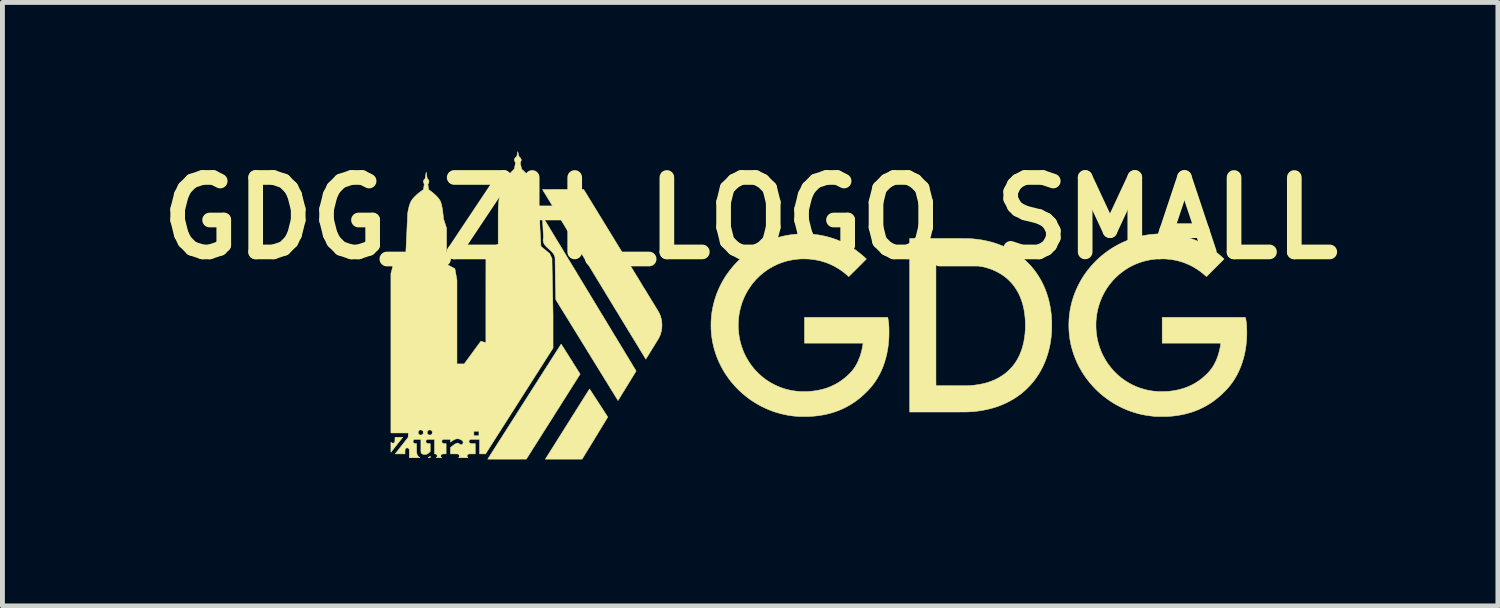
<source format=kicad_pcb>
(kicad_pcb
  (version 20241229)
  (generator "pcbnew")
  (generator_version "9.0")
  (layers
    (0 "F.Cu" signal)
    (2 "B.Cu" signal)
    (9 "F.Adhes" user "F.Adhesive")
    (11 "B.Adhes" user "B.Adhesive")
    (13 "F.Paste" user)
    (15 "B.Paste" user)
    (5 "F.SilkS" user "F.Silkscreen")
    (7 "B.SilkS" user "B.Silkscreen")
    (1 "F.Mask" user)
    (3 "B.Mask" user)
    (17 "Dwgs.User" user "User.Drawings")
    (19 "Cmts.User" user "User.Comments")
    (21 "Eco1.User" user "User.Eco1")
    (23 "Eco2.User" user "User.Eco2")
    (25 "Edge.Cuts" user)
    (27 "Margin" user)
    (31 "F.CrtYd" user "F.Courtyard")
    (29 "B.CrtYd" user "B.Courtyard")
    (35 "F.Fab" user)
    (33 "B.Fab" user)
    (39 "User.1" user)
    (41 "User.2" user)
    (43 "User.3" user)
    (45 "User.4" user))
  (footprint "GDG_ZH_LOGO_SMALL"
    (layer "F.Cu")
    (at 13.487 3.27)
    (property "Reference" "GDG_ZH_LOGO_SMALL" (at -1.179 -1.852 0) (layer "F.SilkS") (effects (font (size 1.524 1.524) (thickness 0.3))))
    (attr through_hole)
    (fp_poly (pts (xy -7.729 3.051) (xy -7.75 3.051) (xy -7.756 3.051) (xy -7.762 3.051) (xy -7.766 3.051) (xy -7.769 3.051) (xy -7.77 3.05) (xy -7.77 3.05) (xy -7.768 3.049) (xy -7.766 3.047) (xy -7.762 3.045) (xy -7.758 3.042) (xy -7.752 3.037) (xy -7.747 3.033) (xy -7.741 3.028) (xy -7.738 3.026) (xy -7.729 3.018) (xy -7.729 3.051)) (stroke (width 0.01) (type solid)) (fill yes) (layer "F.SilkS"))
    (fp_poly (pts (xy -6.391 -2.392) (xy -6.381 -2.392) (xy -6.373 -2.392) (xy -6.367 -2.392) (xy -6.362 -2.392) (xy -6.359 -2.392) (xy -6.358 -2.392) (xy -6.358 -2.39) (xy -6.359 -2.387) (xy -6.359 -2.383) (xy -6.36 -2.378) (xy -6.361 -2.375) (xy -6.365 -2.356) (xy -6.369 -2.336) (xy -6.373 -2.314) (xy -6.376 -2.292) (xy -6.38 -2.267) (xy -6.383 -2.242) (xy -6.387 -2.214) (xy -6.389 -2.195) (xy -6.39 -2.183) (xy -6.454 -2.287) (xy -6.519 -2.391) (xy -6.439 -2.392) (xy -6.425 -2.392) (xy -6.413 -2.392) (xy -6.401 -2.392) (xy -6.391 -2.392)) (stroke (width 0.01) (type solid)) (fill yes) (layer "F.SilkS"))
    (fp_poly (pts (xy -8.354 2.632) (xy -8.339 2.632) (xy -8.326 2.632) (xy -8.315 2.632) (xy -8.306 2.632) (xy -8.3 2.632) (xy -8.296 2.632) (xy -8.293 2.633) (xy -8.293 2.633) (xy -8.293 2.634) (xy -8.295 2.636) (xy -8.299 2.641) (xy -8.303 2.646) (xy -8.308 2.653) (xy -8.315 2.661) (xy -8.322 2.67) (xy -8.33 2.68) (xy -8.338 2.691) (xy -8.348 2.703) (xy -8.357 2.715) (xy -8.368 2.728) (xy -8.378 2.742) (xy -8.389 2.756) (xy -8.4 2.769) (xy -8.411 2.784) (xy -8.422 2.798) (xy -8.433 2.812) (xy -8.444 2.825) (xy -8.455 2.839) (xy -8.465 2.852) (xy -8.475 2.864) (xy -8.484 2.876) (xy -8.493 2.887) (xy -8.502 2.898) (xy -8.509 2.907) (xy -8.516 2.915) (xy -8.521 2.923) (xy -8.526 2.929) (xy -8.53 2.933) (xy -8.532 2.936) (xy -8.533 2.937) (xy -8.533 2.938) (xy -8.534 2.936) (xy -8.534 2.933) (xy -8.534 2.928) (xy -8.534 2.922) (xy -8.534 2.913) (xy -8.534 2.903) (xy -8.534 2.892) (xy -8.534 2.88) (xy -8.534 2.867) (xy -8.534 2.853) (xy -8.534 2.838) (xy -8.534 2.834) (xy -8.534 2.818) (xy -8.534 2.803) (xy -8.534 2.789) (xy -8.534 2.777) (xy -8.534 2.765) (xy -8.534 2.755) (xy -8.534 2.746) (xy -8.534 2.74) (xy -8.534 2.734) (xy -8.534 2.731) (xy -8.533 2.73) (xy -8.533 2.73) (xy -8.532 2.731) (xy -8.531 2.733) (xy -8.531 2.733) (xy -8.528 2.738) (xy -8.524 2.742) (xy -8.519 2.746) (xy -8.515 2.749) (xy -8.512 2.75) (xy -8.509 2.751) (xy -8.506 2.751) (xy -8.503 2.751) (xy -8.498 2.751) (xy -8.495 2.751) (xy -8.489 2.751) (xy -8.484 2.751) (xy -8.481 2.751) (xy -8.479 2.75) (xy -8.476 2.749) (xy -8.475 2.749) (xy -8.469 2.744) (xy -8.463 2.739) (xy -8.458 2.732) (xy -8.458 2.731) (xy -8.456 2.727) (xy -8.455 2.724) (xy -8.454 2.72) (xy -8.453 2.716) (xy -8.452 2.711) (xy -8.452 2.706) (xy -8.451 2.699) (xy -8.451 2.69) (xy -8.451 2.68) (xy -8.451 2.671) (xy -8.45 2.632) (xy -8.371 2.632) (xy -8.354 2.632)) (stroke (width 0.01) (type solid)) (fill yes) (layer "F.SilkS"))
    (fp_poly (pts (xy -4.281 1.93) (xy -4.266 1.953) (xy -4.252 1.975) (xy -4.237 1.997) (xy -4.223 2.018) (xy -4.21 2.039) (xy -4.197 2.059) (xy -4.185 2.078) (xy -4.173 2.096) (xy -4.162 2.113) (xy -4.152 2.129) (xy -4.142 2.144) (xy -4.133 2.158) (xy -4.125 2.171) (xy -4.118 2.182) (xy -4.111 2.192) (xy -4.106 2.2) (xy -4.101 2.207) (xy -4.098 2.212) (xy -4.096 2.216) (xy -4.095 2.218) (xy -4.095 2.218) (xy -4.095 2.219) (xy -4.097 2.222) (xy -4.1 2.227) (xy -4.103 2.233) (xy -4.108 2.241) (xy -4.114 2.25) (xy -4.121 2.262) (xy -4.128 2.274) (xy -4.137 2.288) (xy -4.146 2.303) (xy -4.156 2.32) (xy -4.167 2.338) (xy -4.179 2.357) (xy -4.191 2.377) (xy -4.204 2.398) (xy -4.217 2.42) (xy -4.231 2.443) (xy -4.246 2.467) (xy -4.261 2.492) (xy -4.277 2.518) (xy -4.293 2.544) (xy -4.309 2.571) (xy -4.326 2.598) (xy -4.343 2.626) (xy -4.357 2.65) (xy -4.62 3.08) (xy -4.996 3.08) (xy -5.024 3.08) (xy -5.053 3.08) (xy -5.08 3.08) (xy -5.107 3.08) (xy -5.133 3.08) (xy -5.158 3.08) (xy -5.182 3.08) (xy -5.205 3.08) (xy -5.227 3.08) (xy -5.247 3.08) (xy -5.267 3.08) (xy -5.285 3.08) (xy -5.301 3.08) (xy -5.316 3.08) (xy -5.329 3.08) (xy -5.341 3.08) (xy -5.351 3.08) (xy -5.359 3.08) (xy -5.365 3.08) (xy -5.369 3.08) (xy -5.371 3.079) (xy -5.372 3.079) (xy -5.371 3.078) (xy -5.369 3.076) (xy -5.366 3.071) (xy -5.363 3.065) (xy -5.358 3.057) (xy -5.352 3.048) (xy -5.345 3.037) (xy -5.337 3.024) (xy -5.328 3.01) (xy -5.319 2.995) (xy -5.308 2.978) (xy -5.297 2.96) (xy -5.285 2.941) (xy -5.272 2.921) (xy -5.259 2.9) (xy -5.245 2.877) (xy -5.23 2.854) (xy -5.215 2.83) (xy -5.199 2.805) (xy -5.183 2.779) (xy -5.166 2.752) (xy -5.148 2.724) (xy -5.131 2.696) (xy -5.113 2.668) (xy -5.094 2.638) (xy -5.076 2.608) (xy -5.057 2.578) (xy -5.037 2.548) (xy -5.018 2.517) (xy -4.998 2.486) (xy -4.979 2.454) (xy -4.959 2.423) (xy -4.939 2.391) (xy -4.919 2.359) (xy -4.899 2.328) (xy -4.879 2.296) (xy -4.859 2.265) (xy -4.84 2.233) (xy -4.82 2.202) (xy -4.801 2.171) (xy -4.781 2.141) (xy -4.762 2.111) (xy -4.744 2.081) (xy -4.725 2.052) (xy -4.707 2.023) (xy -4.69 1.995) (xy -4.673 1.968) (xy -4.656 1.941) (xy -4.64 1.915) (xy -4.624 1.89) (xy -4.609 1.866) (xy -4.594 1.843) (xy -4.58 1.821) (xy -4.567 1.8) (xy -4.554 1.78) (xy -4.542 1.761) (xy -4.531 1.743) (xy -4.521 1.727) (xy -4.512 1.712) (xy -4.503 1.698) (xy -4.495 1.686) (xy -4.489 1.676) (xy -4.483 1.666) (xy -4.478 1.659) (xy -4.474 1.653) (xy -4.472 1.649) (xy -4.47 1.646) (xy -4.47 1.646) (xy -4.468 1.642) (xy -4.281 1.93)) (stroke (width 0.01) (type solid)) (fill yes) (layer "F.SilkS"))
    (fp_poly (pts (xy -5.048 0.725) (xy -5.046 0.728) (xy -5.043 0.732) (xy -5.039 0.738) (xy -5.035 0.746) (xy -5.029 0.755) (xy -5.022 0.765) (xy -5.015 0.777) (xy -5.007 0.789) (xy -4.998 0.803) (xy -4.988 0.818) (xy -4.978 0.834) (xy -4.968 0.851) (xy -4.957 0.869) (xy -4.945 0.887) (xy -4.933 0.906) (xy -4.921 0.925) (xy -4.908 0.945) (xy -4.896 0.965) (xy -4.883 0.985) (xy -4.87 1.006) (xy -4.857 1.027) (xy -4.843 1.048) (xy -4.83 1.068) (xy -4.817 1.089) (xy -4.805 1.109) (xy -4.792 1.129) (xy -4.78 1.149) (xy -4.768 1.168) (xy -4.756 1.186) (xy -4.745 1.204) (xy -4.734 1.221) (xy -4.724 1.237) (xy -4.714 1.253) (xy -4.705 1.267) (xy -4.697 1.281) (xy -4.689 1.293) (xy -4.682 1.304) (xy -4.676 1.313) (xy -4.671 1.321) (xy -4.667 1.328) (xy -4.664 1.333) (xy -4.661 1.337) (xy -4.66 1.338) (xy -4.66 1.339) (xy -4.661 1.34) (xy -4.663 1.342) (xy -4.666 1.347) (xy -4.67 1.353) (xy -4.675 1.361) (xy -4.681 1.371) (xy -4.688 1.382) (xy -4.696 1.395) (xy -4.705 1.409) (xy -4.715 1.425) (xy -4.726 1.443) (xy -4.738 1.461) (xy -4.751 1.482) (xy -4.764 1.503) (xy -4.779 1.526) (xy -4.794 1.55) (xy -4.81 1.575) (xy -4.827 1.602) (xy -4.844 1.629) (xy -4.862 1.658) (xy -4.881 1.687) (xy -4.9 1.718) (xy -4.92 1.75) (xy -4.941 1.782) (xy -4.962 1.816) (xy -4.984 1.85) (xy -5.006 1.885) (xy -5.029 1.921) (xy -5.052 1.958) (xy -5.075 1.995) (xy -5.099 2.033) (xy -5.124 2.071) (xy -5.149 2.11) (xy -5.174 2.15) (xy -5.199 2.19) (xy -5.211 2.209) (xy -5.762 3.079) (xy -6.157 3.08) (xy -6.552 3.08) (xy -6.551 3.077) (xy -6.55 3.076) (xy -6.548 3.073) (xy -6.545 3.068) (xy -6.541 3.061) (xy -6.535 3.053) (xy -6.529 3.043) (xy -6.522 3.032) (xy -6.514 3.019) (xy -6.504 3.004) (xy -6.494 2.988) (xy -6.483 2.971) (xy -6.471 2.952) (xy -6.458 2.932) (xy -6.445 2.911) (xy -6.43 2.888) (xy -6.415 2.864) (xy -6.399 2.839) (xy -6.382 2.813) (xy -6.365 2.785) (xy -6.347 2.757) (xy -6.328 2.728) (xy -6.309 2.697) (xy -6.289 2.666) (xy -6.268 2.634) (xy -6.247 2.601) (xy -6.226 2.568) (xy -6.204 2.533) (xy -6.181 2.498) (xy -6.159 2.462) (xy -6.135 2.426) (xy -6.112 2.389) (xy -6.088 2.351) (xy -6.064 2.313) (xy -6.039 2.275) (xy -6.014 2.236) (xy -5.989 2.197) (xy -5.964 2.157) (xy -5.939 2.117) (xy -5.913 2.077) (xy -5.887 2.037) (xy -5.862 1.997) (xy -5.836 1.956) (xy -5.81 1.916) (xy -5.784 1.875) (xy -5.758 1.835) (xy -5.732 1.794) (xy -5.707 1.754) (xy -5.681 1.714) (xy -5.656 1.674) (xy -5.63 1.634) (xy -5.605 1.595) (xy -5.58 1.556) (xy -5.555 1.517) (xy -5.531 1.479) (xy -5.507 1.441) (xy -5.483 1.403) (xy -5.459 1.366) (xy -5.436 1.33) (xy -5.413 1.294) (xy -5.391 1.259) (xy -5.369 1.225) (xy -5.348 1.192) (xy -5.327 1.159) (xy -5.306 1.127) (xy -5.287 1.096) (xy -5.267 1.066) (xy -5.249 1.037) (xy -5.231 1.009) (xy -5.214 0.982) (xy -5.197 0.956) (xy -5.181 0.931) (xy -5.166 0.907) (xy -5.152 0.885) (xy -5.138 0.864) (xy -5.126 0.844) (xy -5.114 0.826) (xy -5.103 0.809) (xy -5.093 0.793) (xy -5.084 0.779) (xy -5.076 0.766) (xy -5.069 0.755) (xy -5.063 0.746) (xy -5.058 0.738) (xy -5.054 0.732) (xy -5.051 0.727) (xy -5.049 0.725) (xy -5.049 0.724) (xy -5.048 0.725)) (stroke (width 0.01) (type solid)) (fill yes) (layer "F.SilkS"))
    (fp_poly (pts (xy -3.826 -1.197) (xy -3.796 -1.148) (xy -3.767 -1.1) (xy -3.738 -1.053) (xy -3.709 -1.006) (xy -3.68 -0.959) (xy -3.652 -0.913) (xy -3.625 -0.868) (xy -3.597 -0.823) (xy -3.57 -0.779) (xy -3.544 -0.736) (xy -3.518 -0.694) (xy -3.492 -0.652) (xy -3.467 -0.611) (xy -3.443 -0.571) (xy -3.419 -0.532) (xy -3.396 -0.494) (xy -3.373 -0.456) (xy -3.351 -0.42) (xy -3.329 -0.385) (xy -3.308 -0.351) (xy -3.288 -0.318) (xy -3.268 -0.286) (xy -3.25 -0.255) (xy -3.232 -0.226) (xy -3.214 -0.197) (xy -3.198 -0.17) (xy -3.182 -0.145) (xy -3.167 -0.121) (xy -3.153 -0.098) (xy -3.14 -0.076) (xy -3.128 -0.056) (xy -3.117 -0.037) (xy -3.106 -0.02) (xy -3.097 -0.005) (xy -3.088 0.009) (xy -3.081 0.021) (xy -3.074 0.032) (xy -3.069 0.041) (xy -3.064 0.048) (xy -3.061 0.053) (xy -3.059 0.057) (xy -3.058 0.058) (xy -3.058 0.059) (xy -3.054 0.066) (xy -3.049 0.075) (xy -3.044 0.085) (xy -3.038 0.096) (xy -3.033 0.106) (xy -3.029 0.116) (xy -3.025 0.125) (xy -3.025 0.126) (xy -3.013 0.158) (xy -3.004 0.192) (xy -2.996 0.226) (xy -2.99 0.26) (xy -2.987 0.295) (xy -2.985 0.33) (xy -2.986 0.365) (xy -2.988 0.4) (xy -2.989 0.405) (xy -2.994 0.438) (xy -3.001 0.472) (xy -3.01 0.504) (xy -3.02 0.536) (xy -3.024 0.546) (xy -3.027 0.553) (xy -3.031 0.562) (xy -3.036 0.571) (xy -3.04 0.581) (xy -3.045 0.591) (xy -3.05 0.6) (xy -3.054 0.608) (xy -3.056 0.612) (xy -3.058 0.615) (xy -3.06 0.619) (xy -3.064 0.625) (xy -3.068 0.632) (xy -3.073 0.641) (xy -3.08 0.65) (xy -3.086 0.661) (xy -3.094 0.674) (xy -3.102 0.687) (xy -3.11 0.701) (xy -3.119 0.715) (xy -3.129 0.731) (xy -3.139 0.747) (xy -3.149 0.763) (xy -3.159 0.78) (xy -3.17 0.797) (xy -3.18 0.814) (xy -3.191 0.831) (xy -3.201 0.848) (xy -3.212 0.865) (xy -3.222 0.882) (xy -3.232 0.899) (xy -3.242 0.915) (xy -3.252 0.93) (xy -3.261 0.945) (xy -3.269 0.959) (xy -3.277 0.972) (xy -3.285 0.984) (xy -3.292 0.995) (xy -3.298 1.004) (xy -3.303 1.013) (xy -3.307 1.02) (xy -3.311 1.026) (xy -3.313 1.03) (xy -3.315 1.032) (xy -3.315 1.033) (xy -3.316 1.032) (xy -3.318 1.029) (xy -3.32 1.024) (xy -3.324 1.018) (xy -3.329 1.01) (xy -3.335 1) (xy -3.342 0.988) (xy -3.351 0.975) (xy -3.36 0.96) (xy -3.37 0.943) (xy -3.381 0.925) (xy -3.393 0.905) (xy -3.406 0.884) (xy -3.42 0.861) (xy -3.435 0.837) (xy -3.45 0.811) (xy -3.467 0.784) (xy -3.484 0.756) (xy -3.502 0.726) (xy -3.521 0.694) (xy -3.541 0.662) (xy -3.562 0.628) (xy -3.583 0.593) (xy -3.605 0.557) (xy -3.628 0.52) (xy -3.651 0.481) (xy -3.676 0.441) (xy -3.7 0.401) (xy -3.726 0.359) (xy -3.752 0.316) (xy -3.779 0.272) (xy -3.806 0.227) (xy -3.834 0.182) (xy -3.862 0.135) (xy -3.891 0.087) (xy -3.921 0.039) (xy -3.951 -0.01) (xy -3.981 -0.06) (xy -4.012 -0.111) (xy -4.044 -0.163) (xy -4.075 -0.215) (xy -4.108 -0.268) (xy -4.14 -0.321) (xy -4.173 -0.376) (xy -4.207 -0.43) (xy -4.24 -0.486) (xy -4.274 -0.542) (xy -4.309 -0.598) (xy -4.343 -0.655) (xy -4.372 -0.703) (xy -4.407 -0.76) (xy -4.442 -0.817) (xy -4.476 -0.873) (xy -4.51 -0.929) (xy -4.544 -0.984) (xy -4.577 -1.039) (xy -4.61 -1.093) (xy -4.643 -1.146) (xy -4.675 -1.199) (xy -4.707 -1.251) (xy -4.738 -1.303) (xy -4.769 -1.353) (xy -4.799 -1.403) (xy -4.829 -1.452) (xy -4.859 -1.501) (xy -4.887 -1.548) (xy -4.916 -1.595) (xy -4.944 -1.64) (xy -4.971 -1.685) (xy -4.997 -1.729) (xy -5.023 -1.771) (xy -5.049 -1.813) (xy -5.073 -1.854) (xy -5.098 -1.893) (xy -5.121 -1.932) (xy -5.144 -1.969) (xy -5.165 -2.005) (xy -5.187 -2.04) (xy -5.207 -2.073) (xy -5.227 -2.106) (xy -5.246 -2.137) (xy -5.264 -2.166) (xy -5.281 -2.195) (xy -5.297 -2.221) (xy -5.313 -2.247) (xy -5.328 -2.271) (xy -5.341 -2.294) (xy -5.354 -2.315) (xy -5.366 -2.334) (xy -5.377 -2.352) (xy -5.387 -2.369) (xy -5.396 -2.383) (xy -5.404 -2.396) (xy -5.411 -2.408) (xy -5.417 -2.417) (xy -5.421 -2.425) (xy -5.425 -2.432) (xy -5.428 -2.436) (xy -5.429 -2.438) (xy -5.43 -2.439) (xy -5.43 -2.439) (xy -5.429 -2.439) (xy -5.427 -2.439) (xy -5.425 -2.44) (xy -5.423 -2.44) (xy -5.419 -2.44) (xy -5.415 -2.44) (xy -5.409 -2.44) (xy -5.403 -2.44) (xy -5.396 -2.44) (xy -5.387 -2.44) (xy -5.378 -2.44) (xy -5.367 -2.44) (xy -5.355 -2.44) (xy -5.342 -2.44) (xy -5.327 -2.44) (xy -5.311 -2.44) (xy -5.293 -2.44) (xy -5.273 -2.441) (xy -5.252 -2.441) (xy -5.23 -2.441) (xy -5.205 -2.441) (xy -5.179 -2.441) (xy -5.151 -2.441) (xy -5.121 -2.441) (xy -5.089 -2.441) (xy -5.054 -2.441) (xy -5.018 -2.441) (xy -4.587 -2.441) (xy -3.826 -1.197)) (stroke (width 0.01) (type solid)) (fill yes) (layer "F.SilkS"))
    (fp_poly (pts (xy -5.432 -1.892) (xy -5.432 -1.891) (xy -5.43 -1.888) (xy -5.427 -1.884) (xy -5.423 -1.877) (xy -5.418 -1.869) (xy -5.412 -1.859) (xy -5.405 -1.848) (xy -5.397 -1.835) (xy -5.389 -1.82) (xy -5.379 -1.804) (xy -5.368 -1.786) (xy -5.356 -1.767) (xy -5.344 -1.746) (xy -5.33 -1.724) (xy -5.316 -1.7) (xy -5.301 -1.676) (xy -5.285 -1.65) (xy -5.269 -1.622) (xy -5.251 -1.594) (xy -5.233 -1.564) (xy -5.215 -1.533) (xy -5.195 -1.501) (xy -5.175 -1.468) (xy -5.155 -1.434) (xy -5.134 -1.399) (xy -5.112 -1.363) (xy -5.089 -1.326) (xy -5.067 -1.289) (xy -5.043 -1.25) (xy -5.019 -1.211) (xy -4.995 -1.171) (xy -4.97 -1.13) (xy -4.945 -1.088) (xy -4.92 -1.046) (xy -4.894 -1.003) (xy -4.867 -0.96) (xy -4.841 -0.916) (xy -4.814 -0.872) (xy -4.787 -0.827) (xy -4.759 -0.782) (xy -4.732 -0.736) (xy -4.704 -0.69) (xy -4.676 -0.644) (xy -4.648 -0.597) (xy -4.619 -0.55) (xy -4.591 -0.503) (xy -4.562 -0.456) (xy -4.534 -0.409) (xy -4.505 -0.362) (xy -4.476 -0.314) (xy -4.448 -0.267) (xy -4.419 -0.22) (xy -4.39 -0.172) (xy -4.362 -0.125) (xy -4.333 -0.078) (xy -4.305 -0.031) (xy -4.277 0.015) (xy -4.249 0.062) (xy -4.221 0.108) (xy -4.193 0.153) (xy -4.166 0.199) (xy -4.138 0.244) (xy -4.111 0.288) (xy -4.085 0.332) (xy -4.058 0.376) (xy -4.032 0.419) (xy -4.007 0.461) (xy -3.982 0.503) (xy -3.957 0.544) (xy -3.932 0.584) (xy -3.908 0.624) (xy -3.885 0.662) (xy -3.862 0.7) (xy -3.839 0.737) (xy -3.818 0.774) (xy -3.796 0.809) (xy -3.775 0.843) (xy -3.755 0.876) (xy -3.736 0.909) (xy -3.717 0.94) (xy -3.699 0.97) (xy -3.681 0.998) (xy -3.665 1.026) (xy -3.649 1.052) (xy -3.633 1.078) (xy -3.619 1.101) (xy -3.605 1.124) (xy -3.593 1.145) (xy -3.581 1.165) (xy -3.57 1.183) (xy -3.56 1.199) (xy -3.551 1.214) (xy -3.542 1.228) (xy -3.535 1.24) (xy -3.529 1.25) (xy -3.524 1.259) (xy -3.52 1.266) (xy -3.517 1.271) (xy -3.515 1.274) (xy -3.514 1.275) (xy -3.514 1.276) (xy -3.514 1.277) (xy -3.516 1.279) (xy -3.519 1.284) (xy -3.522 1.29) (xy -3.527 1.297) (xy -3.533 1.307) (xy -3.539 1.317) (xy -3.546 1.329) (xy -3.554 1.342) (xy -3.563 1.356) (xy -3.572 1.371) (xy -3.582 1.387) (xy -3.592 1.403) (xy -3.603 1.421) (xy -3.614 1.439) (xy -3.625 1.458) (xy -3.637 1.477) (xy -3.649 1.497) (xy -3.662 1.517) (xy -3.674 1.538) (xy -3.687 1.558) (xy -3.699 1.579) (xy -3.712 1.599) (xy -3.725 1.62) (xy -3.737 1.64) (xy -3.749 1.66) (xy -3.761 1.68) (xy -3.773 1.699) (xy -3.785 1.717) (xy -3.796 1.735) (xy -3.806 1.753) (xy -3.817 1.769) (xy -3.826 1.785) (xy -3.835 1.8) (xy -3.844 1.813) (xy -3.851 1.826) (xy -3.858 1.837) (xy -3.864 1.847) (xy -3.87 1.856) (xy -3.874 1.863) (xy -3.878 1.868) (xy -3.88 1.872) (xy -3.881 1.873) (xy -3.885 1.88) (xy -3.888 1.876) (xy -3.888 1.874) (xy -3.89 1.872) (xy -3.893 1.867) (xy -3.897 1.86) (xy -3.902 1.852) (xy -3.908 1.842) (xy -3.915 1.83) (xy -3.924 1.817) (xy -3.933 1.802) (xy -3.943 1.786) (xy -3.954 1.768) (xy -3.966 1.749) (xy -3.978 1.728) (xy -3.992 1.706) (xy -4.006 1.683) (xy -4.022 1.658) (xy -4.038 1.632) (xy -4.055 1.605) (xy -4.072 1.576) (xy -4.09 1.547) (xy -4.109 1.516) (xy -4.129 1.484) (xy -4.149 1.452) (xy -4.17 1.418) (xy -4.191 1.383) (xy -4.213 1.347) (xy -4.236 1.311) (xy -4.259 1.273) (xy -4.282 1.235) (xy -4.307 1.196) (xy -4.331 1.156) (xy -4.356 1.116) (xy -4.381 1.075) (xy -4.407 1.033) (xy -4.433 0.991) (xy -4.459 0.948) (xy -4.486 0.905) (xy -4.513 0.861) (xy -4.524 0.843) (xy -5.158 -0.185) (xy -5.161 -0.287) (xy -5.161 -0.324) (xy -5.162 -0.359) (xy -5.163 -0.392) (xy -5.164 -0.424) (xy -5.164 -0.454) (xy -5.165 -0.482) (xy -5.165 -0.51) (xy -5.166 -0.536) (xy -5.166 -0.561) (xy -5.167 -0.586) (xy -5.167 -0.609) (xy -5.168 -0.633) (xy -5.168 -0.656) (xy -5.168 -0.679) (xy -5.169 -0.702) (xy -5.169 -0.726) (xy -5.17 -0.749) (xy -5.17 -0.773) (xy -5.17 -0.798) (xy -5.171 -0.824) (xy -5.171 -0.851) (xy -5.171 -0.879) (xy -5.172 -0.908) (xy -5.172 -0.939) (xy -5.173 -0.971) (xy -5.173 -0.978) (xy -5.174 -1.047) (xy -5.177 -1.059) (xy -5.182 -1.075) (xy -5.189 -1.093) (xy -5.198 -1.109) (xy -5.207 -1.125) (xy -5.213 -1.133) (xy -5.22 -1.142) (xy -5.228 -1.151) (xy -5.237 -1.161) (xy -5.246 -1.172) (xy -5.258 -1.183) (xy -5.27 -1.195) (xy -5.285 -1.208) (xy -5.3 -1.222) (xy -5.304 -1.225) (xy -5.319 -1.239) (xy -5.332 -1.251) (xy -5.344 -1.262) (xy -5.355 -1.273) (xy -5.364 -1.283) (xy -5.372 -1.292) (xy -5.379 -1.3) (xy -5.386 -1.309) (xy -5.391 -1.317) (xy -5.396 -1.326) (xy -5.401 -1.334) (xy -5.401 -1.335) (xy -5.409 -1.353) (xy -5.414 -1.371) (xy -5.417 -1.39) (xy -5.418 -1.409) (xy -5.417 -1.428) (xy -5.413 -1.448) (xy -5.412 -1.455) (xy -5.411 -1.459) (xy -5.41 -1.462) (xy -5.41 -1.465) (xy -5.41 -1.468) (xy -5.41 -1.472) (xy -5.41 -1.477) (xy -5.411 -1.484) (xy -5.411 -1.485) (xy -5.412 -1.497) (xy -5.413 -1.51) (xy -5.414 -1.524) (xy -5.415 -1.538) (xy -5.416 -1.554) (xy -5.417 -1.57) (xy -5.418 -1.588) (xy -5.419 -1.607) (xy -5.42 -1.627) (xy -5.421 -1.649) (xy -5.422 -1.673) (xy -5.423 -1.699) (xy -5.425 -1.724) (xy -5.426 -1.748) (xy -5.427 -1.77) (xy -5.428 -1.789) (xy -5.429 -1.807) (xy -5.429 -1.823) (xy -5.43 -1.836) (xy -5.431 -1.848) (xy -5.431 -1.859) (xy -5.432 -1.867) (xy -5.432 -1.874) (xy -5.432 -1.88) (xy -5.433 -1.884) (xy -5.433 -1.887) (xy -5.433 -1.887) (xy -5.433 -1.891) (xy -5.433 -1.892) (xy -5.432 -1.892)) (stroke (width 0.01) (type solid)) (fill yes) (layer "F.SilkS"))
    (fp_poly (pts (xy 2.66 -1.438) (xy 2.704 -1.438) (xy 2.745 -1.438) (xy 2.784 -1.438) (xy 2.822 -1.438) (xy 2.857 -1.438) (xy 2.89 -1.438) (xy 2.922 -1.438) (xy 2.952 -1.438) (xy 2.98 -1.438) (xy 3.006 -1.438) (xy 3.031 -1.438) (xy 3.055 -1.438) (xy 3.076 -1.438) (xy 3.097 -1.438) (xy 3.116 -1.438) (xy 3.134 -1.438) (xy 3.15 -1.437) (xy 3.166 -1.437) (xy 3.18 -1.437) (xy 3.193 -1.437) (xy 3.205 -1.437) (xy 3.217 -1.437) (xy 3.227 -1.437) (xy 3.237 -1.437) (xy 3.246 -1.437) (xy 3.254 -1.437) (xy 3.261 -1.436) (xy 3.268 -1.436) (xy 3.275 -1.436) (xy 3.281 -1.436) (xy 3.287 -1.436) (xy 3.292 -1.436) (xy 3.297 -1.435) (xy 3.302 -1.435) (xy 3.307 -1.435) (xy 3.312 -1.435) (xy 3.317 -1.434) (xy 3.322 -1.434) (xy 3.324 -1.434) (xy 3.391 -1.429) (xy 3.457 -1.422) (xy 3.523 -1.414) (xy 3.587 -1.403) (xy 3.65 -1.39) (xy 3.713 -1.376) (xy 3.774 -1.36) (xy 3.834 -1.342) (xy 3.893 -1.322) (xy 3.951 -1.3) (xy 4.008 -1.277) (xy 4.063 -1.251) (xy 4.117 -1.224) (xy 4.171 -1.195) (xy 4.201 -1.177) (xy 4.247 -1.148) (xy 4.292 -1.118) (xy 4.336 -1.087) (xy 4.378 -1.053) (xy 4.421 -1.018) (xy 4.447 -0.995) (xy 4.453 -0.99) (xy 4.46 -0.983) (xy 4.468 -0.975) (xy 4.478 -0.967) (xy 4.487 -0.957) (xy 4.497 -0.947) (xy 4.507 -0.937) (xy 4.517 -0.927) (xy 4.527 -0.918) (xy 4.536 -0.908) (xy 4.544 -0.9) (xy 4.551 -0.893) (xy 4.557 -0.886) (xy 4.558 -0.885) (xy 4.597 -0.84) (xy 4.635 -0.794) (xy 4.67 -0.746) (xy 4.703 -0.698) (xy 4.735 -0.649) (xy 4.765 -0.598) (xy 4.793 -0.546) (xy 4.819 -0.493) (xy 4.844 -0.438) (xy 4.867 -0.382) (xy 4.871 -0.372) (xy 4.891 -0.316) (xy 4.91 -0.258) (xy 4.927 -0.199) (xy 4.942 -0.139) (xy 4.955 -0.078) (xy 4.967 -0.016) (xy 4.976 0.046) (xy 4.984 0.11) (xy 4.99 0.174) (xy 4.994 0.238) (xy 4.995 0.303) (xy 4.995 0.369) (xy 4.994 0.435) (xy 4.99 0.501) (xy 4.989 0.506) (xy 4.984 0.571) (xy 4.976 0.634) (xy 4.966 0.697) (xy 4.955 0.759) (xy 4.941 0.82) (xy 4.926 0.879) (xy 4.909 0.938) (xy 4.89 0.996) (xy 4.87 1.052) (xy 4.847 1.108) (xy 4.823 1.162) (xy 4.797 1.215) (xy 4.77 1.267) (xy 4.74 1.318) (xy 4.709 1.367) (xy 4.676 1.415) (xy 4.642 1.462) (xy 4.606 1.507) (xy 4.568 1.551) (xy 4.528 1.594) (xy 4.487 1.635) (xy 4.445 1.675) (xy 4.401 1.713) (xy 4.355 1.75) (xy 4.323 1.773) (xy 4.275 1.807) (xy 4.225 1.84) (xy 4.174 1.87) (xy 4.122 1.899) (xy 4.068 1.926) (xy 4.013 1.951) (xy 3.957 1.975) (xy 3.9 1.997) (xy 3.841 2.017) (xy 3.781 2.035) (xy 3.721 2.051) (xy 3.659 2.065) (xy 3.596 2.078) (xy 3.532 2.089) (xy 3.467 2.098) (xy 3.401 2.105) (xy 3.334 2.11) (xy 3.317 2.111) (xy 3.312 2.111) (xy 3.307 2.111) (xy 3.302 2.112) (xy 3.296 2.112) (xy 3.291 2.112) (xy 3.286 2.112) (xy 3.28 2.113) (xy 3.274 2.113) (xy 3.267 2.113) (xy 3.26 2.113) (xy 3.253 2.113) (xy 3.245 2.113) (xy 3.236 2.114) (xy 3.227 2.114) (xy 3.217 2.114) (xy 3.206 2.114) (xy 3.194 2.114) (xy 3.181 2.114) (xy 3.167 2.114) (xy 3.153 2.114) (xy 3.137 2.114) (xy 3.12 2.114) (xy 3.101 2.115) (xy 3.081 2.115) (xy 3.06 2.115) (xy 3.038 2.115) (xy 3.014 2.115) (xy 2.988 2.115) (xy 2.961 2.115) (xy 2.932 2.115) (xy 2.902 2.115) (xy 2.87 2.115) (xy 2.835 2.115) (xy 2.799 2.115) (xy 2.761 2.115) (xy 2.721 2.115) (xy 2.679 2.115) (xy 2.65 2.115) (xy 2.086 2.115) (xy 2.086 0.338) (xy 2.624 0.338) (xy 2.624 0.39) (xy 2.624 0.442) (xy 2.624 0.493) (xy 2.624 0.543) (xy 2.624 0.593) (xy 2.624 0.642) (xy 2.624 0.691) (xy 2.624 0.738) (xy 2.624 0.785) (xy 2.624 0.831) (xy 2.624 0.876) (xy 2.624 0.92) (xy 2.624 0.963) (xy 2.624 1.005) (xy 2.624 1.045) (xy 2.624 1.085) (xy 2.624 1.123) (xy 2.624 1.161) (xy 2.624 1.196) (xy 2.624 1.231) (xy 2.624 1.264) (xy 2.624 1.296) (xy 2.624 1.326) (xy 2.624 1.355) (xy 2.624 1.382) (xy 2.624 1.408) (xy 2.624 1.432) (xy 2.624 1.454) (xy 2.624 1.475) (xy 2.624 1.494) (xy 2.624 1.511) (xy 2.625 1.526) (xy 2.625 1.539) (xy 2.625 1.551) (xy 2.625 1.56) (xy 2.625 1.567) (xy 2.625 1.572) (xy 2.625 1.575) (xy 2.625 1.576) (xy 2.626 1.576) (xy 2.629 1.577) (xy 2.635 1.577) (xy 2.642 1.577) (xy 2.651 1.577) (xy 2.661 1.577) (xy 2.674 1.577) (xy 2.687 1.577) (xy 2.702 1.577) (xy 2.719 1.577) (xy 2.736 1.577) (xy 2.755 1.577) (xy 2.774 1.577) (xy 2.795 1.577) (xy 2.816 1.577) (xy 2.837 1.577) (xy 2.86 1.577) (xy 2.882 1.577) (xy 2.905 1.577) (xy 2.929 1.577) (xy 2.952 1.577) (xy 2.975 1.577) (xy 2.999 1.577) (xy 3.022 1.576) (xy 3.044 1.576) (xy 3.067 1.576) (xy 3.089 1.576) (xy 3.11 1.576) (xy 3.13 1.576) (xy 3.15 1.576) (xy 3.169 1.576) (xy 3.186 1.576) (xy 3.203 1.576) (xy 3.218 1.576) (xy 3.232 1.576) (xy 3.245 1.575) (xy 3.256 1.575) (xy 3.265 1.575) (xy 3.272 1.575) (xy 3.278 1.575) (xy 3.281 1.575) (xy 3.282 1.575) (xy 3.31 1.573) (xy 3.336 1.572) (xy 3.36 1.57) (xy 3.383 1.568) (xy 3.404 1.566) (xy 3.412 1.565) (xy 3.468 1.557) (xy 3.522 1.549) (xy 3.574 1.538) (xy 3.625 1.526) (xy 3.675 1.512) (xy 3.723 1.496) (xy 3.77 1.479) (xy 3.816 1.46) (xy 3.86 1.439) (xy 3.903 1.417) (xy 3.944 1.393) (xy 3.984 1.367) (xy 4.023 1.34) (xy 4.051 1.318) (xy 4.068 1.304) (xy 4.086 1.289) (xy 4.104 1.272) (xy 4.121 1.256) (xy 4.139 1.239) (xy 4.155 1.222) (xy 4.169 1.206) (xy 4.173 1.202) (xy 4.203 1.166) (xy 4.232 1.128) (xy 4.259 1.089) (xy 4.284 1.049) (xy 4.307 1.007) (xy 4.329 0.964) (xy 4.349 0.919) (xy 4.367 0.873) (xy 4.384 0.826) (xy 4.398 0.777) (xy 4.411 0.727) (xy 4.423 0.676) (xy 4.432 0.623) (xy 4.44 0.569) (xy 4.447 0.514) (xy 4.45 0.474) (xy 4.452 0.436) (xy 4.454 0.397) (xy 4.454 0.357) (xy 4.454 0.317) (xy 4.454 0.277) (xy 4.452 0.237) (xy 4.45 0.203) (xy 4.445 0.147) (xy 4.438 0.093) (xy 4.43 0.04) (xy 4.42 -0.012) (xy 4.408 -0.063) (xy 4.395 -0.113) (xy 4.379 -0.161) (xy 4.362 -0.207) (xy 4.344 -0.253) (xy 4.324 -0.297) (xy 4.302 -0.339) (xy 4.278 -0.38) (xy 4.253 -0.42) (xy 4.226 -0.459) (xy 4.197 -0.496) (xy 4.189 -0.506) (xy 4.18 -0.516) (xy 4.172 -0.525) (xy 4.164 -0.534) (xy 4.156 -0.543) (xy 4.148 -0.551) (xy 4.139 -0.56) (xy 4.129 -0.57) (xy 4.118 -0.581) (xy 4.114 -0.585) (xy 4.087 -0.611) (xy 4.057 -0.636) (xy 4.026 -0.66) (xy 3.993 -0.684) (xy 3.959 -0.706) (xy 3.925 -0.727) (xy 3.889 -0.747) (xy 3.853 -0.766) (xy 3.843 -0.77) (xy 3.797 -0.791) (xy 3.75 -0.81) (xy 3.701 -0.826) (xy 3.652 -0.842) (xy 3.601 -0.855) (xy 3.549 -0.867) (xy 3.495 -0.877) (xy 3.441 -0.885) (xy 3.385 -0.891) (xy 3.346 -0.894) (xy 3.339 -0.895) (xy 3.334 -0.895) (xy 3.328 -0.896) (xy 3.323 -0.896) (xy 3.317 -0.896) (xy 3.312 -0.897) (xy 3.307 -0.897) (xy 3.301 -0.897) (xy 3.296 -0.898) (xy 3.29 -0.898) (xy 3.283 -0.898) (xy 3.276 -0.898) (xy 3.269 -0.898) (xy 3.261 -0.899) (xy 3.252 -0.899) (xy 3.242 -0.899) (xy 3.231 -0.899) (xy 3.219 -0.899) (xy 3.206 -0.899) (xy 3.192 -0.899) (xy 3.177 -0.899) (xy 3.16 -0.899) (xy 3.142 -0.899) (xy 3.122 -0.899) (xy 3.101 -0.9) (xy 3.078 -0.9) (xy 3.053 -0.9) (xy 3.026 -0.9) (xy 2.997 -0.9) (xy 2.966 -0.9) (xy 2.949 -0.9) (xy 2.624 -0.9) (xy 2.624 0.338) (xy 2.086 0.338) (xy 2.086 -1.438) (xy 2.66 -1.438)) (stroke (width 0.01) (type solid)) (fill yes) (layer "F.SilkS"))
    (fp_poly (pts (xy -0.074 -1.532) (xy -0.053 -1.532) (xy -0.031 -1.532) (xy -0.01 -1.531) (xy 0.011 -1.53) (xy 0.031 -1.529) (xy 0.05 -1.528) (xy 0.059 -1.528) (xy 0.123 -1.522) (xy 0.186 -1.515) (xy 0.248 -1.506) (xy 0.31 -1.494) (xy 0.37 -1.481) (xy 0.43 -1.465) (xy 0.489 -1.448) (xy 0.547 -1.428) (xy 0.605 -1.407) (xy 0.661 -1.383) (xy 0.717 -1.357) (xy 0.772 -1.329) (xy 0.826 -1.3) (xy 0.879 -1.268) (xy 0.932 -1.234) (xy 0.984 -1.198) (xy 1.035 -1.159) (xy 1.085 -1.119) (xy 1.131 -1.08) (xy 1.137 -1.075) (xy 1.143 -1.07) (xy 1.149 -1.064) (xy 1.157 -1.058) (xy 1.164 -1.051) (xy 1.171 -1.045) (xy 1.177 -1.039) (xy 1.183 -1.033) (xy 1.188 -1.028) (xy 1.193 -1.024) (xy 1.195 -1.022) (xy 1.196 -1.021) (xy 1.2 -1.017) (xy 1.02 -0.837) (xy 1.003 -0.82) (xy 0.987 -0.804) (xy 0.971 -0.788) (xy 0.956 -0.773) (xy 0.941 -0.759) (xy 0.927 -0.745) (xy 0.914 -0.732) (xy 0.902 -0.719) (xy 0.891 -0.708) (xy 0.88 -0.698) (xy 0.871 -0.688) (xy 0.862 -0.68) (xy 0.855 -0.673) (xy 0.849 -0.667) (xy 0.845 -0.663) (xy 0.841 -0.659) (xy 0.84 -0.658) (xy 0.839 -0.657) (xy 0.838 -0.658) (xy 0.836 -0.66) (xy 0.832 -0.663) (xy 0.828 -0.667) (xy 0.825 -0.67) (xy 0.782 -0.707) (xy 0.739 -0.742) (xy 0.695 -0.775) (xy 0.65 -0.806) (xy 0.604 -0.834) (xy 0.558 -0.861) (xy 0.511 -0.886) (xy 0.463 -0.908) (xy 0.414 -0.929) (xy 0.364 -0.947) (xy 0.314 -0.963) (xy 0.263 -0.978) (xy 0.211 -0.99) (xy 0.159 -1) (xy 0.105 -1.008) (xy 0.051 -1.014) (xy 0.021 -1.017) (xy -0.035 -1.019) (xy -0.091 -1.02) (xy -0.146 -1.019) (xy -0.2 -1.015) (xy -0.254 -1.009) (xy -0.308 -1.001) (xy -0.362 -0.991) (xy -0.415 -0.979) (xy -0.468 -0.965) (xy -0.479 -0.961) (xy -0.528 -0.945) (xy -0.577 -0.927) (xy -0.626 -0.907) (xy -0.673 -0.884) (xy -0.72 -0.86) (xy -0.766 -0.834) (xy -0.811 -0.807) (xy -0.854 -0.777) (xy -0.896 -0.746) (xy -0.937 -0.714) (xy -0.956 -0.697) (xy -0.97 -0.686) (xy -0.984 -0.673) (xy -0.998 -0.659) (xy -1.013 -0.645) (xy -1.027 -0.631) (xy -1.041 -0.617) (xy -1.055 -0.603) (xy -1.067 -0.59) (xy -1.077 -0.579) (xy -1.113 -0.537) (xy -1.147 -0.494) (xy -1.178 -0.45) (xy -1.208 -0.405) (xy -1.237 -0.359) (xy -1.252 -0.333) (xy -1.277 -0.285) (xy -1.3 -0.237) (xy -1.321 -0.187) (xy -1.341 -0.137) (xy -1.358 -0.086) (xy -1.373 -0.034) (xy -1.386 0.018) (xy -1.398 0.071) (xy -1.407 0.125) (xy -1.414 0.179) (xy -1.419 0.233) (xy -1.422 0.288) (xy -1.423 0.343) (xy -1.422 0.398) (xy -1.418 0.453) (xy -1.413 0.508) (xy -1.405 0.562) (xy -1.396 0.616) (xy -1.384 0.669) (xy -1.37 0.722) (xy -1.354 0.774) (xy -1.336 0.825) (xy -1.317 0.875) (xy -1.295 0.925) (xy -1.271 0.973) (xy -1.245 1.021) (xy -1.218 1.067) (xy -1.188 1.113) (xy -1.157 1.157) (xy -1.125 1.198) (xy -1.091 1.24) (xy -1.055 1.279) (xy -1.017 1.318) (xy -0.978 1.354) (xy -0.938 1.389) (xy -0.897 1.423) (xy -0.854 1.454) (xy -0.81 1.484) (xy -0.765 1.512) (xy -0.718 1.538) (xy -0.671 1.562) (xy -0.623 1.584) (xy -0.574 1.605) (xy -0.524 1.623) (xy -0.473 1.64) (xy -0.422 1.654) (xy -0.37 1.666) (xy -0.317 1.677) (xy -0.272 1.683) (xy -0.248 1.687) (xy -0.225 1.689) (xy -0.203 1.691) (xy -0.18 1.693) (xy -0.158 1.695) (xy -0.135 1.695) (xy -0.11 1.696) (xy -0.085 1.696) (xy -0.06 1.696) (xy -0.045 1.696) (xy -0.032 1.696) (xy -0.02 1.695) (xy -0.01 1.695) (xy 0.000107 1.695) (xy 0.009 1.694) (xy 0.019 1.694) (xy 0.028 1.693) (xy 0.039 1.692) (xy 0.05 1.692) (xy 0.06 1.691) (xy 0.115 1.685) (xy 0.169 1.678) (xy 0.222 1.668) (xy 0.274 1.657) (xy 0.324 1.644) (xy 0.374 1.629) (xy 0.422 1.612) (xy 0.47 1.593) (xy 0.516 1.572) (xy 0.561 1.549) (xy 0.605 1.525) (xy 0.648 1.498) (xy 0.69 1.47) (xy 0.731 1.439) (xy 0.771 1.407) (xy 0.785 1.395) (xy 0.795 1.386) (xy 0.806 1.376) (xy 0.817 1.365) (xy 0.829 1.354) (xy 0.841 1.343) (xy 0.852 1.332) (xy 0.863 1.321) (xy 0.873 1.31) (xy 0.883 1.3) (xy 0.891 1.292) (xy 0.898 1.284) (xy 0.9 1.282) (xy 0.925 1.251) (xy 0.949 1.218) (xy 0.972 1.184) (xy 0.993 1.148) (xy 1.013 1.11) (xy 1.032 1.07) (xy 1.049 1.029) (xy 1.066 0.986) (xy 1.081 0.941) (xy 1.094 0.894) (xy 1.107 0.846) (xy 1.118 0.795) (xy 1.127 0.743) (xy 1.129 0.733) (xy 1.13 0.726) (xy 1.131 0.719) (xy 1.132 0.714) (xy 1.133 0.71) (xy 1.133 0.707) (xy 1.133 0.707) (xy 1.133 0.705) (xy -0.067 0.705) (xy -0.067 0.178) (xy 1.638 0.178) (xy 1.64 0.19) (xy 1.645 0.22) (xy 1.65 0.251) (xy 1.654 0.283) (xy 1.657 0.314) (xy 1.66 0.345) (xy 1.66 0.346) (xy 1.661 0.363) (xy 1.662 0.383) (xy 1.662 0.404) (xy 1.663 0.426) (xy 1.663 0.449) (xy 1.663 0.473) (xy 1.663 0.497) (xy 1.663 0.521) (xy 1.662 0.545) (xy 1.662 0.569) (xy 1.661 0.591) (xy 1.66 0.611) (xy 1.655 0.675) (xy 1.649 0.737) (xy 1.641 0.799) (xy 1.63 0.86) (xy 1.619 0.921) (xy 1.605 0.98) (xy 1.589 1.038) (xy 1.572 1.095) (xy 1.553 1.151) (xy 1.533 1.205) (xy 1.51 1.258) (xy 1.499 1.283) (xy 1.474 1.334) (xy 1.448 1.382) (xy 1.42 1.43) (xy 1.391 1.476) (xy 1.36 1.521) (xy 1.328 1.564) (xy 1.294 1.606) (xy 1.27 1.633) (xy 1.258 1.646) (xy 1.245 1.66) (xy 1.231 1.675) (xy 1.216 1.69) (xy 1.2 1.706) (xy 1.184 1.721) (xy 1.169 1.736) (xy 1.154 1.751) (xy 1.14 1.764) (xy 1.136 1.767) (xy 1.091 1.807) (xy 1.045 1.845) (xy 0.997 1.882) (xy 0.949 1.916) (xy 0.899 1.949) (xy 0.848 1.979) (xy 0.796 2.008) (xy 0.743 2.035) (xy 0.689 2.06) (xy 0.635 2.083) (xy 0.609 2.093) (xy 0.597 2.097) (xy 0.584 2.102) (xy 0.57 2.107) (xy 0.555 2.112) (xy 0.539 2.117) (xy 0.524 2.122) (xy 0.51 2.126) (xy 0.497 2.13) (xy 0.488 2.133) (xy 0.436 2.147) (xy 0.385 2.16) (xy 0.332 2.171) (xy 0.279 2.18) (xy 0.225 2.189) (xy 0.17 2.195) (xy 0.114 2.201) (xy 0.057 2.205) (xy 0.002 2.208) (xy -0.005 2.208) (xy -0.013 2.208) (xy -0.022 2.208) (xy -0.033 2.208) (xy -0.045 2.208) (xy -0.057 2.208) (xy -0.07 2.208) (xy -0.082 2.208) (xy -0.095 2.208) (xy -0.107 2.208) (xy -0.118 2.208) (xy -0.128 2.208) (xy -0.136 2.208) (xy -0.143 2.208) (xy -0.146 2.208) (xy -0.19 2.206) (xy -0.232 2.203) (xy -0.273 2.199) (xy -0.314 2.195) (xy -0.353 2.189) (xy -0.369 2.187) (xy -0.433 2.176) (xy -0.496 2.163) (xy -0.559 2.148) (xy -0.621 2.13) (xy -0.683 2.111) (xy -0.744 2.089) (xy -0.804 2.066) (xy -0.863 2.04) (xy -0.922 2.012) (xy -0.979 1.983) (xy -1.036 1.951) (xy -1.092 1.917) (xy -1.108 1.907) (xy -1.161 1.872) (xy -1.214 1.835) (xy -1.265 1.795) (xy -1.315 1.754) (xy -1.363 1.712) (xy -1.411 1.667) (xy -1.457 1.621) (xy -1.501 1.574) (xy -1.51 1.564) (xy -1.54 1.529) (xy -1.571 1.492) (xy -1.601 1.454) (xy -1.629 1.416) (xy -1.63 1.414) (xy -1.667 1.361) (xy -1.702 1.308) (xy -1.735 1.253) (xy -1.765 1.198) (xy -1.794 1.141) (xy -1.821 1.084) (xy -1.846 1.026) (xy -1.869 0.968) (xy -1.889 0.908) (xy -1.908 0.848) (xy -1.925 0.788) (xy -1.939 0.727) (xy -1.952 0.665) (xy -1.962 0.603) (xy -1.97 0.541) (xy -1.976 0.478) (xy -1.976 0.474) (xy -1.977 0.461) (xy -1.978 0.449) (xy -1.979 0.437) (xy -1.979 0.426) (xy -1.98 0.415) (xy -1.98 0.404) (xy -1.98 0.392) (xy -1.98 0.379) (xy -1.981 0.365) (xy -1.981 0.349) (xy -1.981 0.338) (xy -1.981 0.321) (xy -1.981 0.306) (xy -1.98 0.292) (xy -1.98 0.28) (xy -1.98 0.269) (xy -1.98 0.258) (xy -1.979 0.247) (xy -1.978 0.236) (xy -1.978 0.224) (xy -1.977 0.211) (xy -1.976 0.202) (xy -1.97 0.139) (xy -1.963 0.077) (xy -1.952 0.015) (xy -1.94 -0.046) (xy -1.926 -0.107) (xy -1.91 -0.167) (xy -1.891 -0.227) (xy -1.871 -0.286) (xy -1.849 -0.344) (xy -1.824 -0.402) (xy -1.798 -0.458) (xy -1.77 -0.514) (xy -1.74 -0.569) (xy -1.708 -0.623) (xy -1.674 -0.676) (xy -1.638 -0.728) (xy -1.6 -0.779) (xy -1.561 -0.829) (xy -1.52 -0.877) (xy -1.477 -0.924) (xy -1.433 -0.971) (xy -1.386 -1.015) (xy -1.357 -1.042) (xy -1.309 -1.084) (xy -1.259 -1.125) (xy -1.207 -1.163) (xy -1.155 -1.2) (xy -1.101 -1.236) (xy -1.046 -1.269) (xy -0.99 -1.301) (xy -0.933 -1.33) (xy -0.876 -1.358) (xy -0.817 -1.384) (xy -0.757 -1.408) (xy -0.697 -1.43) (xy -0.636 -1.45) (xy -0.575 -1.467) (xy -0.544 -1.475) (xy -0.496 -1.487) (xy -0.448 -1.497) (xy -0.401 -1.505) (xy -0.354 -1.513) (xy -0.305 -1.519) (xy -0.256 -1.524) (xy -0.206 -1.528) (xy -0.166 -1.531) (xy -0.151 -1.531) (xy -0.134 -1.532) (xy -0.115 -1.532) (xy -0.095 -1.532) (xy -0.074 -1.532)) (stroke (width 0.01) (type solid)) (fill yes) (layer "F.SilkS"))
    (fp_poly (pts (xy 7.332 -1.531) (xy 7.397 -1.527) (xy 7.461 -1.521) (xy 7.524 -1.513) (xy 7.586 -1.503) (xy 7.648 -1.491) (xy 7.708 -1.477) (xy 7.768 -1.461) (xy 7.827 -1.443) (xy 7.885 -1.423) (xy 7.942 -1.401) (xy 7.998 -1.377) (xy 8.054 -1.35) (xy 8.108 -1.322) (xy 8.162 -1.292) (xy 8.216 -1.259) (xy 8.268 -1.225) (xy 8.32 -1.188) (xy 8.37 -1.15) (xy 8.421 -1.109) (xy 8.429 -1.101) (xy 8.437 -1.095) (xy 8.444 -1.088) (xy 8.453 -1.081) (xy 8.461 -1.074) (xy 8.469 -1.066) (xy 8.478 -1.059) (xy 8.486 -1.052) (xy 8.494 -1.045) (xy 8.501 -1.038) (xy 8.507 -1.032) (xy 8.513 -1.027) (xy 8.517 -1.023) (xy 8.52 -1.02) (xy 8.522 -1.018) (xy 8.522 -1.017) (xy 8.521 -1.016) (xy 8.519 -1.014) (xy 8.516 -1.01) (xy 8.51 -1.005) (xy 8.504 -0.999) (xy 8.497 -0.991) (xy 8.488 -0.983) (xy 8.478 -0.973) (xy 8.467 -0.962) (xy 8.456 -0.95) (xy 8.443 -0.937) (xy 8.43 -0.924) (xy 8.415 -0.91) (xy 8.401 -0.895) (xy 8.385 -0.88) (xy 8.369 -0.864) (xy 8.353 -0.847) (xy 8.342 -0.837) (xy 8.162 -0.657) (xy 8.155 -0.663) (xy 8.148 -0.67) (xy 8.14 -0.677) (xy 8.131 -0.684) (xy 8.123 -0.692) (xy 8.115 -0.698) (xy 8.108 -0.705) (xy 8.102 -0.71) (xy 8.1 -0.711) (xy 8.057 -0.746) (xy 8.013 -0.779) (xy 7.969 -0.809) (xy 7.923 -0.837) (xy 7.877 -0.864) (xy 7.83 -0.888) (xy 7.782 -0.91) (xy 7.733 -0.931) (xy 7.684 -0.949) (xy 7.634 -0.965) (xy 7.582 -0.979) (xy 7.53 -0.991) (xy 7.478 -1.001) (xy 7.424 -1.009) (xy 7.394 -1.012) (xy 7.339 -1.017) (xy 7.283 -1.02) (xy 7.228 -1.02) (xy 7.173 -1.018) (xy 7.118 -1.015) (xy 7.064 -1.009) (xy 7.011 -1.001) (xy 6.958 -0.99) (xy 6.905 -0.978) (xy 6.853 -0.964) (xy 6.849 -0.962) (xy 6.798 -0.946) (xy 6.748 -0.927) (xy 6.698 -0.907) (xy 6.65 -0.884) (xy 6.602 -0.86) (xy 6.556 -0.833) (xy 6.511 -0.805) (xy 6.467 -0.775) (xy 6.424 -0.743) (xy 6.409 -0.732) (xy 6.367 -0.697) (xy 6.327 -0.66) (xy 6.288 -0.622) (xy 6.25 -0.583) (xy 6.215 -0.542) (xy 6.181 -0.5) (xy 6.149 -0.456) (xy 6.118 -0.411) (xy 6.093 -0.37) (xy 6.066 -0.322) (xy 6.041 -0.274) (xy 6.018 -0.225) (xy 5.997 -0.175) (xy 5.978 -0.124) (xy 5.961 -0.072) (xy 5.946 -0.02) (xy 5.933 0.033) (xy 5.922 0.086) (xy 5.914 0.14) (xy 5.907 0.195) (xy 5.902 0.249) (xy 5.9 0.304) (xy 5.9 0.36) (xy 5.902 0.415) (xy 5.904 0.454) (xy 5.91 0.509) (xy 5.918 0.564) (xy 5.927 0.618) (xy 5.939 0.671) (xy 5.953 0.723) (xy 5.969 0.775) (xy 5.987 0.826) (xy 6.007 0.877) (xy 6.029 0.926) (xy 6.053 0.975) (xy 6.079 1.022) (xy 6.107 1.069) (xy 6.136 1.114) (xy 6.168 1.158) (xy 6.201 1.201) (xy 6.236 1.243) (xy 6.255 1.264) (xy 6.265 1.276) (xy 6.277 1.288) (xy 6.291 1.301) (xy 6.304 1.315) (xy 6.319 1.329) (xy 6.333 1.343) (xy 6.347 1.356) (xy 6.361 1.368) (xy 6.374 1.379) (xy 6.38 1.384) (xy 6.421 1.418) (xy 6.464 1.45) (xy 6.508 1.48) (xy 6.553 1.508) (xy 6.599 1.534) (xy 6.646 1.559) (xy 6.694 1.581) (xy 6.743 1.602) (xy 6.793 1.621) (xy 6.843 1.637) (xy 6.895 1.652) (xy 6.947 1.665) (xy 6.999 1.675) (xy 7.052 1.684) (xy 7.068 1.686) (xy 7.089 1.688) (xy 7.108 1.69) (xy 7.127 1.692) (xy 7.145 1.693) (xy 7.163 1.695) (xy 7.182 1.695) (xy 7.201 1.696) (xy 7.221 1.696) (xy 7.243 1.696) (xy 7.263 1.696) (xy 7.302 1.695) (xy 7.339 1.694) (xy 7.374 1.692) (xy 7.409 1.689) (xy 7.443 1.685) (xy 7.477 1.68) (xy 7.511 1.675) (xy 7.545 1.668) (xy 7.55 1.668) (xy 7.601 1.656) (xy 7.651 1.643) (xy 7.701 1.628) (xy 7.749 1.611) (xy 7.795 1.592) (xy 7.841 1.571) (xy 7.886 1.549) (xy 7.93 1.524) (xy 7.972 1.498) (xy 8.014 1.469) (xy 8.055 1.439) (xy 8.094 1.406) (xy 8.107 1.395) (xy 8.118 1.385) (xy 8.13 1.374) (xy 8.143 1.363) (xy 8.156 1.351) (xy 8.168 1.338) (xy 8.18 1.327) (xy 8.192 1.315) (xy 8.202 1.304) (xy 8.211 1.295) (xy 8.212 1.293) (xy 8.238 1.263) (xy 8.263 1.231) (xy 8.286 1.197) (xy 8.309 1.162) (xy 8.329 1.124) (xy 8.349 1.085) (xy 8.367 1.045) (xy 8.383 1.003) (xy 8.399 0.959) (xy 8.413 0.913) (xy 8.425 0.866) (xy 8.437 0.818) (xy 8.446 0.768) (xy 8.453 0.73) (xy 8.454 0.723) (xy 8.455 0.717) (xy 8.455 0.712) (xy 8.456 0.708) (xy 8.456 0.707) (xy 8.456 0.707) (xy 8.456 0.706) (xy 8.456 0.706) (xy 8.455 0.706) (xy 8.454 0.706) (xy 8.453 0.706) (xy 8.452 0.706) (xy 8.45 0.706) (xy 8.448 0.706) (xy 8.445 0.705) (xy 8.441 0.705) (xy 8.437 0.705) (xy 8.432 0.705) (xy 8.426 0.705) (xy 8.419 0.705) (xy 8.412 0.705) (xy 8.404 0.705) (xy 8.394 0.705) (xy 8.384 0.705) (xy 8.372 0.705) (xy 8.359 0.705) (xy 8.346 0.705) (xy 8.33 0.705) (xy 8.314 0.705) (xy 8.296 0.705) (xy 8.277 0.705) (xy 8.256 0.705) (xy 8.234 0.705) (xy 8.21 0.705) (xy 8.184 0.705) (xy 8.157 0.705) (xy 8.128 0.705) (xy 8.097 0.705) (xy 8.065 0.705) (xy 8.03 0.705) (xy 7.994 0.705) (xy 7.955 0.705) (xy 7.914 0.705) (xy 7.256 0.705) (xy 7.256 0.178) (xy 8.108 0.178) (xy 8.151 0.178) (xy 8.194 0.178) (xy 8.236 0.178) (xy 8.278 0.178) (xy 8.319 0.178) (xy 8.359 0.178) (xy 8.398 0.178) (xy 8.436 0.178) (xy 8.474 0.178) (xy 8.51 0.178) (xy 8.546 0.178) (xy 8.58 0.178) (xy 8.614 0.178) (xy 8.646 0.178) (xy 8.677 0.178) (xy 8.706 0.178) (xy 8.734 0.178) (xy 8.761 0.178) (xy 8.787 0.178) (xy 8.81 0.178) (xy 8.833 0.178) (xy 8.854 0.178) (xy 8.873 0.178) (xy 8.89 0.178) (xy 8.906 0.178) (xy 8.919 0.178) (xy 8.931 0.178) (xy 8.941 0.178) (xy 8.949 0.178) (xy 8.955 0.179) (xy 8.959 0.179) (xy 8.961 0.179) (xy 8.961 0.179) (xy 8.961 0.18) (xy 8.961 0.183) (xy 8.962 0.188) (xy 8.963 0.193) (xy 8.964 0.198) (xy 8.97 0.226) (xy 8.974 0.254) (xy 8.978 0.283) (xy 8.981 0.313) (xy 8.984 0.344) (xy 8.986 0.377) (xy 8.987 0.411) (xy 8.988 0.442) (xy 8.989 0.509) (xy 8.987 0.576) (xy 8.983 0.642) (xy 8.977 0.707) (xy 8.97 0.772) (xy 8.96 0.836) (xy 8.948 0.899) (xy 8.934 0.962) (xy 8.918 1.023) (xy 8.914 1.036) (xy 8.897 1.093) (xy 8.878 1.149) (xy 8.857 1.204) (xy 8.834 1.257) (xy 8.81 1.309) (xy 8.784 1.36) (xy 8.756 1.409) (xy 8.727 1.457) (xy 8.696 1.503) (xy 8.663 1.548) (xy 8.644 1.573) (xy 8.626 1.594) (xy 8.607 1.617) (xy 8.586 1.64) (xy 8.564 1.664) (xy 8.541 1.688) (xy 8.517 1.711) (xy 8.493 1.735) (xy 8.469 1.758) (xy 8.444 1.78) (xy 8.42 1.802) (xy 8.403 1.816) (xy 8.356 1.854) (xy 8.309 1.89) (xy 8.26 1.924) (xy 8.21 1.956) (xy 8.159 1.986) (xy 8.108 2.014) (xy 8.055 2.04) (xy 8.001 2.065) (xy 7.946 2.087) (xy 7.89 2.108) (xy 7.833 2.126) (xy 7.775 2.143) (xy 7.715 2.158) (xy 7.655 2.171) (xy 7.593 2.182) (xy 7.53 2.191) (xy 7.499 2.195) (xy 7.472 2.198) (xy 7.444 2.2) (xy 7.415 2.203) (xy 7.383 2.205) (xy 7.354 2.207) (xy 7.348 2.207) (xy 7.34 2.207) (xy 7.331 2.207) (xy 7.32 2.207) (xy 7.307 2.208) (xy 7.294 2.208) (xy 7.281 2.208) (xy 7.267 2.208) (xy 7.252 2.208) (xy 7.238 2.208) (xy 7.224 2.208) (xy 7.211 2.208) (xy 7.199 2.208) (xy 7.188 2.208) (xy 7.178 2.208) (xy 7.17 2.208) (xy 7.164 2.208) (xy 7.163 2.208) (xy 7.098 2.204) (xy 7.034 2.197) (xy 6.971 2.189) (xy 6.908 2.179) (xy 6.845 2.167) (xy 6.784 2.153) (xy 6.722 2.136) (xy 6.661 2.117) (xy 6.637 2.109) (xy 6.576 2.088) (xy 6.517 2.064) (xy 6.458 2.039) (xy 6.4 2.011) (xy 6.344 1.982) (xy 6.288 1.951) (xy 6.234 1.918) (xy 6.181 1.883) (xy 6.129 1.847) (xy 6.078 1.809) (xy 6.029 1.77) (xy 5.981 1.729) (xy 5.934 1.686) (xy 5.889 1.642) (xy 5.845 1.596) (xy 5.803 1.549) (xy 5.762 1.501) (xy 5.723 1.451) (xy 5.685 1.4) (xy 5.65 1.348) (xy 5.616 1.295) (xy 5.584 1.24) (xy 5.553 1.185) (xy 5.525 1.128) (xy 5.498 1.07) (xy 5.487 1.044) (xy 5.463 0.985) (xy 5.442 0.926) (xy 5.423 0.866) (xy 5.405 0.805) (xy 5.39 0.744) (xy 5.377 0.683) (xy 5.366 0.621) (xy 5.358 0.559) (xy 5.351 0.497) (xy 5.347 0.434) (xy 5.345 0.371) (xy 5.345 0.309) (xy 5.347 0.246) (xy 5.351 0.183) (xy 5.357 0.12) (xy 5.366 0.057) (xy 5.374 0.008) (xy 5.385 -0.046) (xy 5.398 -0.101) (xy 5.412 -0.155) (xy 5.429 -0.21) (xy 5.446 -0.263) (xy 5.459 -0.299) (xy 5.482 -0.358) (xy 5.508 -0.416) (xy 5.535 -0.473) (xy 5.564 -0.529) (xy 5.594 -0.584) (xy 5.627 -0.638) (xy 5.661 -0.691) (xy 5.697 -0.742) (xy 5.735 -0.792) (xy 5.775 -0.841) (xy 5.816 -0.889) (xy 5.858 -0.935) (xy 5.902 -0.98) (xy 5.948 -1.024) (xy 5.995 -1.066) (xy 6.043 -1.106) (xy 6.093 -1.145) (xy 6.144 -1.182) (xy 6.196 -1.218) (xy 6.25 -1.252) (xy 6.305 -1.284) (xy 6.361 -1.315) (xy 6.418 -1.344) (xy 6.476 -1.37) (xy 6.535 -1.395) (xy 6.576 -1.412) (xy 6.638 -1.433) (xy 6.699 -1.453) (xy 6.761 -1.47) (xy 6.824 -1.486) (xy 6.886 -1.499) (xy 6.95 -1.51) (xy 7.014 -1.519) (xy 7.078 -1.525) (xy 7.142 -1.53) (xy 7.207 -1.532) (xy 7.273 -1.532) (xy 7.332 -1.531)) (stroke (width 0.01) (type solid)) (fill yes) (layer "F.SilkS"))
    (fp_poly (pts (xy -5.937 -3.214) (xy -5.936 -3.212) (xy -5.935 -3.207) (xy -5.933 -3.201) (xy -5.931 -3.193) (xy -5.929 -3.183) (xy -5.927 -3.172) (xy -5.926 -3.169) (xy -5.916 -3.121) (xy -5.902 -3.107) (xy -5.891 -3.095) (xy -5.882 -3.084) (xy -5.875 -3.074) (xy -5.87 -3.065) (xy -5.867 -3.056) (xy -5.866 -3.047) (xy -5.866 -3.042) (xy -5.867 -3.035) (xy -5.869 -3.027) (xy -5.873 -3.018) (xy -5.877 -3.009) (xy -5.881 -3) (xy -5.885 -2.994) (xy -5.887 -2.99) (xy -5.873 -2.924) (xy -5.859 -2.859) (xy -5.854 -2.854) (xy -5.852 -2.852) (xy -5.848 -2.849) (xy -5.843 -2.845) (xy -5.838 -2.84) (xy -5.833 -2.835) (xy -5.828 -2.831) (xy -5.822 -2.826) (xy -5.816 -2.819) (xy -5.808 -2.812) (xy -5.801 -2.804) (xy -5.793 -2.797) (xy -5.789 -2.793) (xy -5.768 -2.772) (xy -5.75 -2.752) (xy -5.732 -2.732) (xy -5.717 -2.713) (xy -5.702 -2.694) (xy -5.688 -2.674) (xy -5.676 -2.654) (xy -5.664 -2.634) (xy -5.652 -2.612) (xy -5.641 -2.59) (xy -5.63 -2.565) (xy -5.628 -2.56) (xy -5.616 -2.529) (xy -5.604 -2.496) (xy -5.592 -2.461) (xy -5.581 -2.425) (xy -5.57 -2.386) (xy -5.56 -2.346) (xy -5.55 -2.305) (xy -5.541 -2.262) (xy -5.533 -2.218) (xy -5.525 -2.172) (xy -5.518 -2.126) (xy -5.512 -2.079) (xy -5.511 -2.073) (xy -5.51 -2.065) (xy -5.509 -2.057) (xy -5.508 -2.05) (xy -5.507 -2.043) (xy -5.506 -2.036) (xy -5.506 -2.03) (xy -5.505 -2.023) (xy -5.504 -2.016) (xy -5.503 -2.009) (xy -5.503 -2.002) (xy -5.502 -1.994) (xy -5.501 -1.986) (xy -5.501 -1.977) (xy -5.5 -1.968) (xy -5.499 -1.958) (xy -5.499 -1.947) (xy -5.498 -1.936) (xy -5.497 -1.923) (xy -5.496 -1.91) (xy -5.496 -1.895) (xy -5.495 -1.879) (xy -5.494 -1.862) (xy -5.493 -1.844) (xy -5.492 -1.824) (xy -5.49 -1.802) (xy -5.489 -1.779) (xy -5.488 -1.754) (xy -5.486 -1.727) (xy -5.485 -1.699) (xy -5.483 -1.668) (xy -5.482 -1.636) (xy -5.48 -1.611) (xy -5.479 -1.584) (xy -5.478 -1.558) (xy -5.476 -1.532) (xy -5.475 -1.507) (xy -5.474 -1.483) (xy -5.472 -1.46) (xy -5.471 -1.438) (xy -5.47 -1.416) (xy -5.469 -1.396) (xy -5.468 -1.378) (xy -5.467 -1.36) (xy -5.466 -1.344) (xy -5.465 -1.33) (xy -5.465 -1.317) (xy -5.464 -1.306) (xy -5.463 -1.296) (xy -5.463 -1.289) (xy -5.463 -1.283) (xy -5.462 -1.28) (xy -5.462 -1.278) (xy -5.462 -1.278) (xy -5.462 -1.277) (xy -5.461 -1.276) (xy -5.46 -1.275) (xy -5.458 -1.273) (xy -5.455 -1.27) (xy -5.452 -1.267) (xy -5.447 -1.263) (xy -5.442 -1.259) (xy -5.435 -1.253) (xy -5.427 -1.247) (xy -5.418 -1.239) (xy -5.408 -1.231) (xy -5.396 -1.221) (xy -5.382 -1.21) (xy -5.374 -1.203) (xy -5.286 -1.131) (xy -5.236 -1.026) (xy -5.236 -0.968) (xy -5.236 -0.962) (xy -5.236 -0.955) (xy -5.236 -0.945) (xy -5.235 -0.933) (xy -5.235 -0.92) (xy -5.235 -0.904) (xy -5.235 -0.887) (xy -5.234 -0.868) (xy -5.234 -0.847) (xy -5.234 -0.825) (xy -5.233 -0.801) (xy -5.233 -0.775) (xy -5.232 -0.748) (xy -5.232 -0.72) (xy -5.231 -0.69) (xy -5.23 -0.66) (xy -5.23 -0.628) (xy -5.229 -0.594) (xy -5.229 -0.56) (xy -5.228 -0.525) (xy -5.227 -0.489) (xy -5.226 -0.452) (xy -5.226 -0.415) (xy -5.225 -0.395) (xy -5.215 0.119) (xy -5.215 0.806) (xy -5.906 1.889) (xy -5.934 1.934) (xy -5.963 1.979) (xy -5.991 2.023) (xy -6.018 2.066) (xy -6.046 2.109) (xy -6.073 2.151) (xy -6.099 2.193) (xy -6.125 2.234) (xy -6.151 2.274) (xy -6.176 2.313) (xy -6.201 2.352) (xy -6.225 2.39) (xy -6.249 2.427) (xy -6.272 2.463) (xy -6.294 2.499) (xy -6.316 2.533) (xy -6.337 2.566) (xy -6.358 2.598) (xy -6.378 2.63) (xy -6.397 2.66) (xy -6.416 2.689) (xy -6.433 2.716) (xy -6.45 2.743) (xy -6.466 2.768) (xy -6.482 2.792) (xy -6.496 2.815) (xy -6.51 2.836) (xy -6.522 2.856) (xy -6.534 2.874) (xy -6.545 2.891) (xy -6.555 2.907) (xy -6.564 2.921) (xy -6.572 2.933) (xy -6.579 2.944) (xy -6.584 2.953) (xy -6.589 2.96) (xy -6.593 2.966) (xy -6.595 2.97) (xy -6.596 2.972) (xy -6.597 2.972) (xy -6.598 2.972) (xy -6.601 2.972) (xy -6.606 2.972) (xy -6.612 2.972) (xy -6.62 2.972) (xy -6.629 2.972) (xy -6.64 2.972) (xy -6.651 2.972) (xy -6.658 2.972) (xy -6.719 2.972) (xy -6.719 2.674) (xy -6.805 2.674) (xy -6.822 2.674) (xy -6.836 2.674) (xy -6.849 2.674) (xy -6.86 2.674) (xy -6.87 2.674) (xy -6.877 2.674) (xy -6.884 2.674) (xy -6.89 2.674) (xy -6.894 2.675) (xy -6.898 2.675) (xy -6.901 2.676) (xy -6.904 2.676) (xy -6.906 2.677) (xy -6.909 2.678) (xy -6.911 2.679) (xy -6.913 2.68) (xy -6.921 2.684) (xy -6.927 2.689) (xy -6.931 2.696) (xy -6.934 2.704) (xy -6.935 2.707) (xy -6.936 2.713) (xy -6.936 2.717) (xy -6.936 2.722) (xy -6.935 2.724) (xy -6.933 2.734) (xy -6.93 2.741) (xy -6.925 2.747) (xy -6.918 2.752) (xy -6.909 2.756) (xy -6.9 2.759) (xy -6.897 2.76) (xy -6.894 2.76) (xy -6.891 2.761) (xy -6.886 2.761) (xy -6.881 2.761) (xy -6.874 2.761) (xy -6.865 2.761) (xy -6.855 2.762) (xy -6.849 2.762) (xy -6.807 2.762) (xy -6.807 2.972) (xy -6.87 2.972) (xy -6.884 2.972) (xy -6.896 2.972) (xy -6.905 2.972) (xy -6.914 2.972) (xy -6.92 2.973) (xy -6.926 2.973) (xy -6.93 2.973) (xy -6.933 2.973) (xy -6.936 2.974) (xy -6.938 2.974) (xy -6.94 2.974) (xy -6.94 2.974) (xy -6.949 2.978) (xy -6.957 2.981) (xy -6.962 2.985) (xy -6.967 2.991) (xy -6.97 2.996) (xy -6.972 3) (xy -6.973 3.003) (xy -6.973 3.007) (xy -6.974 3.012) (xy -6.974 3.013) (xy -6.973 3.023) (xy -6.972 3.032) (xy -6.968 3.04) (xy -6.963 3.046) (xy -6.961 3.048) (xy -6.957 3.051) (xy -7.149 3.051) (xy -7.144 3.047) (xy -7.138 3.039) (xy -7.134 3.031) (xy -7.132 3.022) (xy -7.132 3.012) (xy -7.133 3.009) (xy -7.135 3) (xy -7.139 2.992) (xy -7.144 2.986) (xy -7.151 2.98) (xy -7.16 2.976) (xy -7.166 2.974) (xy -7.168 2.974) (xy -7.17 2.974) (xy -7.172 2.973) (xy -7.174 2.973) (xy -7.178 2.973) (xy -7.182 2.973) (xy -7.188 2.973) (xy -7.194 2.972) (xy -7.202 2.972) (xy -7.212 2.972) (xy -7.223 2.972) (xy -7.237 2.972) (xy -7.244 2.972) (xy -7.315 2.972) (xy -7.315 2.842) (xy -7.294 2.825) (xy -7.278 2.812) (xy -7.263 2.801) (xy -7.25 2.791) (xy -7.238 2.782) (xy -7.227 2.775) (xy -7.217 2.769) (xy -7.208 2.763) (xy -7.2 2.759) (xy -7.192 2.756) (xy -7.185 2.754) (xy -7.183 2.753) (xy -7.174 2.751) (xy -7.166 2.751) (xy -7.158 2.753) (xy -7.15 2.756) (xy -7.142 2.761) (xy -7.134 2.766) (xy -7.128 2.771) (xy -7.122 2.775) (xy -7.117 2.778) (xy -7.113 2.78) (xy -7.108 2.781) (xy -7.108 2.781) (xy -7.099 2.783) (xy -7.09 2.782) (xy -7.081 2.779) (xy -7.073 2.774) (xy -7.068 2.769) (xy -7.062 2.761) (xy -7.058 2.753) (xy -7.055 2.744) (xy -7.055 2.734) (xy -7.056 2.729) (xy -7.059 2.721) (xy -7.063 2.713) (xy -7.068 2.706) (xy -7.075 2.698) (xy -7.085 2.692) (xy -7.096 2.685) (xy -7.106 2.679) (xy -7.122 2.672) (xy -7.137 2.667) (xy -7.152 2.664) (xy -7.166 2.663) (xy -7.173 2.663) (xy -7.184 2.664) (xy -7.195 2.666) (xy -7.206 2.668) (xy -7.217 2.672) (xy -7.228 2.676) (xy -7.24 2.682) (xy -7.253 2.689) (xy -7.266 2.697) (xy -7.281 2.707) (xy -7.296 2.717) (xy -7.301 2.721) (xy -7.306 2.724) (xy -7.31 2.727) (xy -7.313 2.729) (xy -7.314 2.73) (xy -7.314 2.729) (xy -7.315 2.728) (xy -7.315 2.725) (xy -7.315 2.721) (xy -7.315 2.715) (xy -7.315 2.708) (xy -7.315 2.702) (xy -7.315 2.674) (xy -7.382 2.674) (xy -7.396 2.674) (xy -7.409 2.674) (xy -7.42 2.674) (xy -7.43 2.674) (xy -7.437 2.674) (xy -7.444 2.674) (xy -7.45 2.675) (xy -7.454 2.675) (xy -7.458 2.676) (xy -7.461 2.676) (xy -7.464 2.677) (xy -7.467 2.678) (xy -7.469 2.679) (xy -7.471 2.68) (xy -7.477 2.684) (xy -7.482 2.688) (xy -7.487 2.694) (xy -7.489 2.697) (xy -7.491 2.705) (xy -7.492 2.714) (xy -7.492 2.723) (xy -7.49 2.732) (xy -7.487 2.739) (xy -7.483 2.746) (xy -7.481 2.748) (xy -7.476 2.752) (xy -7.471 2.755) (xy -7.466 2.757) (xy -7.459 2.759) (xy -7.451 2.76) (xy -7.442 2.761) (xy -7.431 2.761) (xy -7.426 2.762) (xy -7.404 2.762) (xy -7.404 2.972) (xy -7.438 2.972) (xy -7.448 2.972) (xy -7.457 2.972) (xy -7.463 2.973) (xy -7.469 2.973) (xy -7.473 2.973) (xy -7.476 2.974) (xy -7.479 2.974) (xy -7.479 2.974) (xy -7.489 2.978) (xy -7.497 2.983) (xy -7.504 2.988) (xy -7.508 2.995) (xy -7.509 2.997) (xy -7.511 3) (xy -7.512 3.003) (xy -7.512 3.006) (xy -7.512 3.01) (xy -7.512 3.015) (xy -7.512 3.016) (xy -7.512 3.022) (xy -7.512 3.026) (xy -7.512 3.029) (xy -7.511 3.031) (xy -7.51 3.034) (xy -7.509 3.036) (xy -7.506 3.041) (xy -7.502 3.046) (xy -7.5 3.047) (xy -7.496 3.051) (xy -7.604 3.051) (xy -7.599 3.047) (xy -7.594 3.041) (xy -7.59 3.034) (xy -7.588 3.025) (xy -7.587 3.02) (xy -7.587 3.009) (xy -7.589 3) (xy -7.593 2.992) (xy -7.598 2.985) (xy -7.605 2.98) (xy -7.614 2.976) (xy -7.625 2.973) (xy -7.632 2.972) (xy -7.641 2.972) (xy -7.641 2.674) (xy -7.707 2.674) (xy -7.722 2.674) (xy -7.735 2.674) (xy -7.746 2.674) (xy -7.755 2.674) (xy -7.763 2.674) (xy -7.77 2.674) (xy -7.775 2.675) (xy -7.78 2.675) (xy -7.784 2.676) (xy -7.787 2.676) (xy -7.79 2.677) (xy -7.793 2.678) (xy -7.795 2.679) (xy -7.797 2.68) (xy -7.805 2.685) (xy -7.811 2.691) (xy -7.815 2.699) (xy -7.818 2.708) (xy -7.818 2.712) (xy -7.818 2.723) (xy -7.816 2.732) (xy -7.813 2.74) (xy -7.807 2.747) (xy -7.8 2.752) (xy -7.791 2.757) (xy -7.782 2.759) (xy -7.778 2.76) (xy -7.772 2.76) (xy -7.766 2.761) (xy -7.758 2.761) (xy -7.752 2.762) (xy -7.729 2.762) (xy -7.729 2.924) (xy -7.741 2.935) (xy -7.752 2.946) (xy -7.762 2.954) (xy -7.771 2.962) (xy -7.779 2.967) (xy -7.787 2.972) (xy -7.795 2.976) (xy -7.803 2.979) (xy -7.812 2.981) (xy -7.821 2.982) (xy -7.829 2.983) (xy -7.839 2.983) (xy -7.851 2.983) (xy -7.861 2.982) (xy -7.871 2.981) (xy -7.874 2.98) (xy -7.884 2.977) (xy -7.894 2.972) (xy -7.902 2.966) (xy -7.908 2.959) (xy -7.913 2.952) (xy -7.914 2.95) (xy -7.915 2.948) (xy -7.916 2.946) (xy -7.916 2.945) (xy -7.917 2.943) (xy -7.918 2.941) (xy -7.918 2.938) (xy -7.918 2.935) (xy -7.919 2.931) (xy -7.919 2.927) (xy -7.919 2.921) (xy -7.919 2.915) (xy -7.92 2.907) (xy -7.92 2.898) (xy -7.92 2.888) (xy -7.92 2.876) (xy -7.92 2.862) (xy -7.92 2.847) (xy -7.92 2.83) (xy -7.92 2.81) (xy -7.92 2.804) (xy -7.92 2.674) (xy -7.978 2.674) (xy -7.993 2.674) (xy -8.005 2.674) (xy -8.015 2.674) (xy -8.023 2.674) (xy -8.031 2.674) (xy -8.037 2.674) (xy -8.042 2.675) (xy -8.046 2.675) (xy -8.049 2.676) (xy -8.052 2.677) (xy -8.055 2.678) (xy -8.058 2.679) (xy -8.06 2.68) (xy -8.067 2.685) (xy -8.073 2.691) (xy -8.077 2.698) (xy -8.078 2.701) (xy -8.079 2.703) (xy -8.08 2.706) (xy -8.08 2.71) (xy -8.08 2.716) (xy -8.08 2.717) (xy -8.08 2.723) (xy -8.08 2.727) (xy -8.079 2.73) (xy -8.079 2.733) (xy -8.077 2.735) (xy -8.077 2.737) (xy -8.073 2.743) (xy -8.068 2.749) (xy -8.061 2.754) (xy -8.055 2.757) (xy -8.054 2.758) (xy -8.048 2.759) (xy -8.04 2.761) (xy -8.03 2.762) (xy -8.02 2.762) (xy -8.019 2.762) (xy -8.009 2.762) (xy -8.008 2.853) (xy -8.008 2.869) (xy -8.008 2.883) (xy -8.008 2.896) (xy -8.008 2.907) (xy -8.008 2.916) (xy -8.008 2.923) (xy -8.008 2.93) (xy -8.008 2.935) (xy -8.007 2.94) (xy -8.007 2.943) (xy -8.007 2.946) (xy -8.007 2.949) (xy -8.006 2.951) (xy -8.006 2.954) (xy -8.006 2.956) (xy -8.001 2.973) (xy -7.996 2.989) (xy -7.989 3.003) (xy -7.98 3.017) (xy -7.969 3.029) (xy -7.956 3.04) (xy -7.942 3.05) (xy -7.942 3.05) (xy -7.943 3.05) (xy -7.945 3.05) (xy -7.949 3.051) (xy -7.953 3.051) (xy -7.96 3.051) (xy -7.967 3.051) (xy -7.977 3.051) (xy -7.988 3.051) (xy -8.001 3.051) (xy -8.016 3.051) (xy -8.032 3.051) (xy -8.048 3.051) (xy -8.063 3.051) (xy -8.078 3.051) (xy -8.092 3.051) (xy -8.105 3.051) (xy -8.117 3.051) (xy -8.127 3.051) (xy -8.137 3.051) (xy -8.144 3.051) (xy -8.15 3.051) (xy -8.155 3.051) (xy -8.157 3.051) (xy -8.157 3.051) (xy -8.157 3.049) (xy -8.157 3.046) (xy -8.157 3.041) (xy -8.158 3.034) (xy -8.158 3.026) (xy -8.158 3.016) (xy -8.158 3.006) (xy -8.158 2.994) (xy -8.158 2.982) (xy -8.158 2.972) (xy -8.158 2.956) (xy -8.158 2.942) (xy -8.158 2.93) (xy -8.158 2.92) (xy -8.158 2.911) (xy -8.158 2.903) (xy -8.159 2.897) (xy -8.159 2.892) (xy -8.159 2.888) (xy -8.16 2.884) (xy -8.16 2.881) (xy -8.161 2.878) (xy -8.162 2.876) (xy -8.163 2.874) (xy -8.164 2.871) (xy -8.169 2.864) (xy -8.175 2.858) (xy -8.183 2.853) (xy -8.192 2.851) (xy -8.201 2.85) (xy -8.209 2.85) (xy -8.218 2.853) (xy -8.226 2.856) (xy -8.232 2.862) (xy -8.238 2.869) (xy -8.241 2.878) (xy -8.244 2.885) (xy -8.244 2.888) (xy -8.244 2.892) (xy -8.245 2.897) (xy -8.245 2.903) (xy -8.245 2.911) (xy -8.246 2.92) (xy -8.246 2.932) (xy -8.246 2.932) (xy -8.246 2.972) (xy -8.446 2.972) (xy -8.443 2.967) (xy -8.442 2.966) (xy -8.439 2.963) (xy -8.436 2.958) (xy -8.431 2.952) (xy -8.425 2.944) (xy -8.418 2.936) (xy -8.41 2.926) (xy -8.402 2.915) (xy -8.392 2.903) (xy -8.382 2.89) (xy -8.371 2.876) (xy -8.36 2.861) (xy -8.347 2.846) (xy -8.335 2.83) (xy -8.322 2.813) (xy -8.309 2.796) (xy -8.308 2.796) (xy -8.178 2.629) (xy -8.178 2.543) (xy -8.534 2.543) (xy -8.534 2.531) (xy -7.976 2.531) (xy -7.976 2.54) (xy -7.974 2.551) (xy -7.971 2.558) (xy -7.966 2.566) (xy -7.959 2.574) (xy -7.951 2.579) (xy -7.942 2.584) (xy -7.937 2.585) (xy -7.931 2.586) (xy -7.925 2.586) (xy -7.917 2.586) (xy -7.911 2.585) (xy -7.907 2.584) (xy -7.898 2.58) (xy -7.889 2.574) (xy -7.882 2.567) (xy -7.876 2.557) (xy -7.875 2.556) (xy -7.873 2.551) (xy -7.872 2.546) (xy -7.871 2.541) (xy -7.871 2.539) (xy -7.871 2.535) (xy -7.792 2.535) (xy -7.791 2.545) (xy -7.788 2.555) (xy -7.787 2.557) (xy -7.782 2.565) (xy -7.776 2.572) (xy -7.768 2.578) (xy -7.76 2.583) (xy -7.753 2.585) (xy -7.747 2.586) (xy -7.74 2.586) (xy -7.733 2.586) (xy -7.726 2.585) (xy -7.723 2.584) (xy -7.714 2.58) (xy -7.705 2.575) (xy -7.698 2.568) (xy -7.693 2.559) (xy -7.691 2.557) (xy -7.688 2.548) (xy -7.686 2.538) (xy -7.687 2.528) (xy -7.689 2.518) (xy -7.692 2.509) (xy -7.693 2.508) (xy -6.836 2.508) (xy -6.836 2.601) (xy -6.732 2.601) (xy -6.732 2.508) (xy -6.836 2.508) (xy -7.693 2.508) (xy -7.698 2.501) (xy -7.704 2.494) (xy -7.712 2.488) (xy -7.721 2.484) (xy -7.731 2.482) (xy -7.731 2.482) (xy -7.742 2.481) (xy -7.752 2.483) (xy -7.762 2.486) (xy -7.77 2.491) (xy -7.778 2.498) (xy -7.784 2.506) (xy -7.788 2.515) (xy -7.791 2.525) (xy -7.791 2.525) (xy -7.792 2.535) (xy -7.871 2.535) (xy -7.871 2.528) (xy -7.873 2.518) (xy -7.877 2.508) (xy -7.883 2.5) (xy -7.887 2.496) (xy -7.895 2.489) (xy -7.904 2.485) (xy -7.914 2.482) (xy -7.916 2.482) (xy -7.926 2.481) (xy -7.936 2.482) (xy -7.946 2.486) (xy -7.954 2.49) (xy -7.961 2.496) (xy -7.967 2.504) (xy -7.972 2.512) (xy -7.975 2.521) (xy -7.976 2.531) (xy -8.534 2.531) (xy -8.534 -0.721) (xy -8.509 -0.814) (xy -8.506 -0.828) (xy -8.502 -0.842) (xy -8.499 -0.854) (xy -8.496 -0.866) (xy -8.493 -0.877) (xy -8.49 -0.886) (xy -8.488 -0.894) (xy -8.486 -0.9) (xy -8.485 -0.905) (xy -8.484 -0.908) (xy -8.484 -0.909) (xy -8.483 -0.909) (xy -8.479 -0.91) (xy -8.474 -0.911) (xy -8.468 -0.913) (xy -8.459 -0.915) (xy -8.449 -0.917) (xy -8.438 -0.92) (xy -8.426 -0.922) (xy -8.412 -0.925) (xy -8.398 -0.929) (xy -8.383 -0.932) (xy -8.367 -0.936) (xy -8.36 -0.937) (xy -8.344 -0.941) (xy -8.329 -0.944) (xy -8.314 -0.947) (xy -8.3 -0.95) (xy -8.287 -0.953) (xy -8.276 -0.956) (xy -8.265 -0.958) (xy -8.256 -0.96) (xy -8.249 -0.962) (xy -8.243 -0.963) (xy -8.239 -0.964) (xy -8.237 -0.965) (xy -8.237 -0.965) (xy -8.237 -0.966) (xy -8.237 -0.969) (xy -8.237 -0.975) (xy -8.236 -0.982) (xy -8.236 -0.991) (xy -8.235 -1.002) (xy -8.235 -1.015) (xy -8.234 -1.03) (xy -8.233 -1.046) (xy -8.232 -1.064) (xy -8.231 -1.083) (xy -8.23 -1.104) (xy -8.229 -1.126) (xy -8.228 -1.15) (xy -8.227 -1.174) (xy -8.226 -1.2) (xy -8.225 -1.227) (xy -8.223 -1.255) (xy -8.222 -1.283) (xy -8.221 -1.313) (xy -8.219 -1.343) (xy -8.218 -1.375) (xy -8.216 -1.406) (xy -8.215 -1.439) (xy -8.214 -1.449) (xy -8.213 -1.482) (xy -8.211 -1.514) (xy -8.21 -1.546) (xy -8.208 -1.577) (xy -8.207 -1.607) (xy -8.206 -1.636) (xy -8.204 -1.665) (xy -8.203 -1.692) (xy -8.202 -1.719) (xy -8.201 -1.744) (xy -8.199 -1.769) (xy -8.198 -1.792) (xy -8.197 -1.813) (xy -8.196 -1.834) (xy -8.195 -1.853) (xy -8.195 -1.87) (xy -8.194 -1.886) (xy -8.193 -1.9) (xy -8.193 -1.912) (xy -8.192 -1.923) (xy -8.192 -1.931) (xy -8.191 -1.938) (xy -8.191 -1.942) (xy -8.191 -1.945) (xy -8.191 -1.945) (xy -8.19 -1.955) (xy -8.188 -1.967) (xy -8.186 -1.98) (xy -8.184 -1.994) (xy -8.181 -2.009) (xy -8.178 -2.024) (xy -8.175 -2.039) (xy -8.171 -2.054) (xy -8.168 -2.068) (xy -8.167 -2.072) (xy -8.161 -2.097) (xy -8.154 -2.119) (xy -8.147 -2.14) (xy -8.14 -2.159) (xy -8.133 -2.177) (xy -8.124 -2.194) (xy -8.115 -2.21) (xy -8.105 -2.226) (xy -8.094 -2.241) (xy -8.081 -2.256) (xy -8.068 -2.272) (xy -8.053 -2.288) (xy -8.041 -2.3) (xy -8.034 -2.306) (xy -8.027 -2.313) (xy -8.02 -2.319) (xy -8.014 -2.325) (xy -8.009 -2.33) (xy -8.006 -2.333) (xy -7.993 -2.344) (xy -7.979 -2.356) (xy -7.964 -2.368) (xy -7.948 -2.381) (xy -7.932 -2.393) (xy -7.916 -2.405) (xy -7.901 -2.416) (xy -7.887 -2.426) (xy -7.881 -2.43) (xy -7.877 -2.433) (xy -7.873 -2.435) (xy -7.87 -2.437) (xy -7.869 -2.438) (xy -7.869 -2.439) (xy -7.868 -2.442) (xy -7.867 -2.447) (xy -7.866 -2.453) (xy -7.865 -2.461) (xy -7.864 -2.47) (xy -7.862 -2.48) (xy -7.86 -2.49) (xy -7.86 -2.494) (xy -7.851 -2.551) (xy -7.856 -2.561) (xy -7.861 -2.572) (xy -7.865 -2.584) (xy -7.868 -2.594) (xy -7.869 -2.604) (xy -7.869 -2.611) (xy -7.868 -2.619) (xy -7.864 -2.627) (xy -7.859 -2.636) (xy -7.852 -2.645) (xy -7.843 -2.655) (xy -7.843 -2.655) (xy -7.833 -2.665) (xy -7.823 -2.73) (xy -7.821 -2.741) (xy -7.819 -2.752) (xy -7.817 -2.763) (xy -7.816 -2.772) (xy -7.815 -2.779) (xy -7.814 -2.786) (xy -7.813 -2.791) (xy -7.812 -2.794) (xy -7.812 -2.795) (xy -7.812 -2.794) (xy -7.811 -2.791) (xy -7.81 -2.786) (xy -7.809 -2.779) (xy -7.808 -2.772) (xy -7.806 -2.763) (xy -7.805 -2.752) (xy -7.803 -2.741) (xy -7.801 -2.73) (xy -7.791 -2.665) (xy -7.78 -2.654) (xy -7.772 -2.645) (xy -7.765 -2.637) (xy -7.76 -2.629) (xy -7.757 -2.622) (xy -7.757 -2.622) (xy -7.755 -2.614) (xy -7.755 -2.605) (xy -7.756 -2.595) (xy -7.759 -2.585) (xy -7.763 -2.573) (xy -7.769 -2.561) (xy -7.772 -2.556) (xy -7.777 -2.547) (xy -7.774 -2.521) (xy -7.772 -2.512) (xy -7.771 -2.502) (xy -7.769 -2.491) (xy -7.768 -2.48) (xy -7.767 -2.47) (xy -7.766 -2.466) (xy -7.762 -2.438) (xy -7.759 -2.436) (xy -7.756 -2.434) (xy -7.752 -2.431) (xy -7.747 -2.427) (xy -7.741 -2.423) (xy -7.734 -2.418) (xy -7.727 -2.413) (xy -7.72 -2.408) (xy -7.713 -2.403) (xy -7.706 -2.398) (xy -7.701 -2.394) (xy -7.7 -2.393) (xy -7.675 -2.373) (xy -7.652 -2.353) (xy -7.63 -2.334) (xy -7.61 -2.315) (xy -7.591 -2.296) (xy -7.575 -2.277) (xy -7.559 -2.259) (xy -7.546 -2.241) (xy -7.535 -2.224) (xy -7.525 -2.208) (xy -7.519 -2.194) (xy -7.513 -2.181) (xy -7.508 -2.165) (xy -7.503 -2.146) (xy -7.498 -2.126) (xy -7.493 -2.104) (xy -7.488 -2.08) (xy -7.483 -2.055) (xy -7.479 -2.027) (xy -7.474 -1.998) (xy -7.47 -1.967) (xy -7.467 -1.935) (xy -7.463 -1.901) (xy -7.46 -1.867) (xy -7.458 -1.841) (xy -7.426 -1.745) (xy -7.395 -1.648) (xy -7.395 -0.909) (xy -7.31 -0.865) (xy -7.297 -0.858) (xy -7.285 -0.852) (xy -7.274 -0.846) (xy -7.263 -0.84) (xy -7.253 -0.835) (xy -7.245 -0.831) (xy -7.238 -0.827) (xy -7.232 -0.824) (xy -7.228 -0.821) (xy -7.225 -0.82) (xy -7.224 -0.82) (xy -7.224 -0.818) (xy -7.224 -0.815) (xy -7.223 -0.81) (xy -7.221 -0.803) (xy -7.22 -0.795) (xy -7.218 -0.785) (xy -7.216 -0.774) (xy -7.214 -0.761) (xy -7.211 -0.748) (xy -7.208 -0.733) (xy -7.206 -0.718) (xy -7.203 -0.702) (xy -7.203 -0.701) (xy -7.182 -0.582) (xy -7.182 1.13) (xy -7.034 1.13) (xy -6.864 0.899) (xy -6.85 0.879) (xy -6.835 0.859) (xy -6.821 0.84) (xy -6.808 0.821) (xy -6.794 0.803) (xy -6.782 0.786) (xy -6.77 0.77) (xy -6.759 0.755) (xy -6.748 0.74) (xy -6.738 0.727) (xy -6.729 0.715) (xy -6.721 0.704) (xy -6.714 0.694) (xy -6.708 0.686) (xy -6.703 0.679) (xy -6.699 0.674) (xy -6.696 0.67) (xy -6.694 0.668) (xy -6.694 0.667) (xy -6.692 0.667) (xy -6.689 0.668) (xy -6.684 0.669) (xy -6.678 0.671) (xy -6.67 0.673) (xy -6.661 0.675) (xy -6.652 0.678) (xy -6.642 0.681) (xy -6.641 0.681) (xy -6.59 0.695) (xy -6.59 -0.195) (xy -6.589 -1.085) (xy -6.571 -1.166) (xy -6.568 -1.179) (xy -6.565 -1.192) (xy -6.563 -1.203) (xy -6.56 -1.214) (xy -6.558 -1.223) (xy -6.556 -1.232) (xy -6.554 -1.238) (xy -6.553 -1.243) (xy -6.552 -1.247) (xy -6.552 -1.248) (xy -6.552 -1.248) (xy -6.551 -1.248) (xy -6.548 -1.249) (xy -6.543 -1.251) (xy -6.536 -1.253) (xy -6.528 -1.256) (xy -6.518 -1.259) (xy -6.508 -1.262) (xy -6.496 -1.266) (xy -6.483 -1.27) (xy -6.469 -1.275) (xy -6.455 -1.279) (xy -6.444 -1.283) (xy -6.338 -1.317) (xy -6.338 -1.659) (xy -6.338 -1.694) (xy -6.338 -1.726) (xy -6.338 -1.756) (xy -6.338 -1.784) (xy -6.338 -1.811) (xy -6.338 -1.835) (xy -6.338 -1.858) (xy -6.338 -1.88) (xy -6.338 -1.899) (xy -6.338 -1.917) (xy -6.338 -1.934) (xy -6.337 -1.95) (xy -6.337 -1.964) (xy -6.337 -1.977) (xy -6.337 -1.989) (xy -6.337 -2) (xy -6.337 -2.01) (xy -6.337 -2.02) (xy -6.337 -2.028) (xy -6.336 -2.036) (xy -6.336 -2.044) (xy -6.336 -2.051) (xy -6.336 -2.057) (xy -6.336 -2.063) (xy -6.335 -2.069) (xy -6.335 -2.075) (xy -6.335 -2.08) (xy -6.335 -2.083) (xy -6.331 -2.133) (xy -6.327 -2.18) (xy -6.322 -2.227) (xy -6.316 -2.271) (xy -6.309 -2.315) (xy -6.301 -2.357) (xy -6.292 -2.397) (xy -6.282 -2.435) (xy -6.272 -2.472) (xy -6.261 -2.507) (xy -6.248 -2.54) (xy -6.235 -2.571) (xy -6.222 -2.6) (xy -6.207 -2.628) (xy -6.192 -2.653) (xy -6.191 -2.654) (xy -6.181 -2.669) (xy -6.168 -2.686) (xy -6.154 -2.704) (xy -6.139 -2.722) (xy -6.123 -2.741) (xy -6.105 -2.761) (xy -6.086 -2.781) (xy -6.067 -2.801) (xy -6.047 -2.821) (xy -6.026 -2.841) (xy -6.025 -2.843) (xy -6.008 -2.859) (xy -5.995 -2.924) (xy -5.982 -2.989) (xy -5.988 -2.998) (xy -5.992 -3.005) (xy -5.996 -3.012) (xy -6 -3.02) (xy -6.003 -3.027) (xy -6.005 -3.034) (xy -6.006 -3.036) (xy -6.007 -3.044) (xy -6.007 -3.051) (xy -6.006 -3.059) (xy -6.003 -3.067) (xy -5.998 -3.076) (xy -5.991 -3.085) (xy -5.983 -3.094) (xy -5.973 -3.105) (xy -5.971 -3.107) (xy -5.956 -3.122) (xy -5.947 -3.167) (xy -5.945 -3.177) (xy -5.943 -3.186) (xy -5.942 -3.195) (xy -5.94 -3.202) (xy -5.939 -3.208) (xy -5.938 -3.212) (xy -5.937 -3.215) (xy -5.937 -3.215) (xy -5.937 -3.214)) (stroke (width 0.01) (type solid)) (fill yes) (layer "F.SilkS")))
  (gr_rect
    (start -3 -3)
    (end 27.616 9.355)
    (stroke (width 0.1) (type default))
    (fill no)
    (layer "Edge.Cuts")))
</source>
